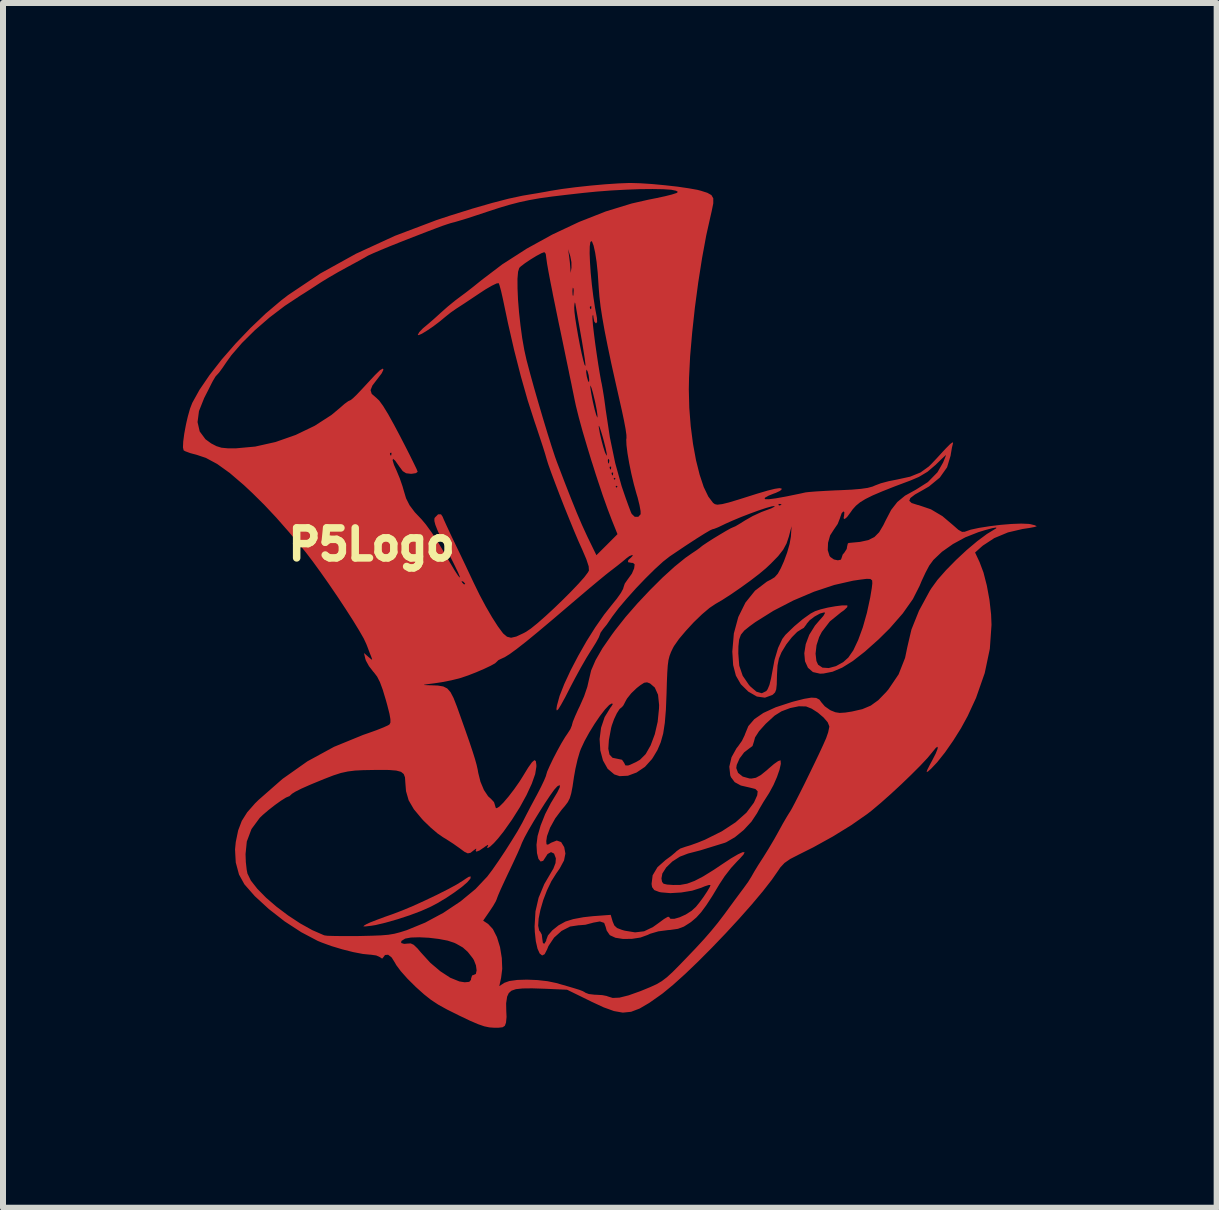
<source format=kicad_pcb>
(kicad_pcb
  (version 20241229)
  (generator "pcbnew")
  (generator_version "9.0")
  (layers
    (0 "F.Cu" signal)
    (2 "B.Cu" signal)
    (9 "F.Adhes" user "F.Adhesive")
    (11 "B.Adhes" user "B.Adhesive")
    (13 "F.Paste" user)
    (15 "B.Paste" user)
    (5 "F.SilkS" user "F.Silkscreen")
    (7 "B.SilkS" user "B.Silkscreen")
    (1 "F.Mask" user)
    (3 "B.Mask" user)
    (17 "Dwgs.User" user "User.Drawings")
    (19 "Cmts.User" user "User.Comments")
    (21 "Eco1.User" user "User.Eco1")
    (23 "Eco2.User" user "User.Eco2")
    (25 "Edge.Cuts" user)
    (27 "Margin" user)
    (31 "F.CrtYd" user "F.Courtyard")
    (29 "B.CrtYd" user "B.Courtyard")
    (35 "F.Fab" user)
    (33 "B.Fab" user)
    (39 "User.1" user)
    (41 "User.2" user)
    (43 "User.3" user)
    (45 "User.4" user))
  (footprint "P5Logo"
    (layer "F.Cu")
    (at 7.145 7.025)
    (property "Reference" "P5Logo" (at -4 -1 180) (layer "F.SilkS") (effects (font (size 0.5 0.5) (thickness 0.125))))
    (attr board_only exclude_from_pos_files exclude_from_bom)
    (fp_poly (pts (xy -2.348 4.535) (xy -2.354 4.572) (xy -2.407 4.633) (xy -2.499 4.712) (xy -2.62 4.801) (xy -2.759 4.894) (xy -2.908 4.983) (xy -3.029 5.046) (xy -3.181 5.113) (xy -3.368 5.183) (xy -3.57 5.249) (xy -3.766 5.305) (xy -3.934 5.345) (xy -4.008 5.357) (xy -4.102 5.368) (xy -4.138 5.367) (xy -4.124 5.352) (xy -4.09 5.332) (xy -4.026 5.302) (xy -3.916 5.259) (xy -3.776 5.207) (xy -3.656 5.165) (xy -3.498 5.105) (xy -3.313 5.028) (xy -3.115 4.938) (xy -2.918 4.844) (xy -2.735 4.752) (xy -2.582 4.669) (xy -2.471 4.6) (xy -2.444 4.581) (xy -2.384 4.542) (xy -2.349 4.535)) (stroke (width 0) (type solid)) (fill yes) (layer "F.Cu"))
    (fp_poly (pts (xy 0.481 -7.02) (xy 0.679 -7.007) (xy 0.89 -6.987) (xy 1.096 -6.964) (xy 1.281 -6.937) (xy 1.428 -6.911) (xy 1.486 -6.896) (xy 1.596 -6.861) (xy 1.664 -6.823) (xy 1.695 -6.769) (xy 1.695 -6.685) (xy 1.669 -6.557) (xy 1.653 -6.488) (xy 1.578 -6.153) (xy 1.508 -5.773) (xy 1.444 -5.365) (xy 1.388 -4.945) (xy 1.343 -4.53) (xy 1.309 -4.137) (xy 1.291 -3.78) (xy 1.287 -3.587) (xy 1.295 -3.276) (xy 1.319 -2.97) (xy 1.357 -2.676) (xy 1.407 -2.404) (xy 1.468 -2.161) (xy 1.536 -1.956) (xy 1.612 -1.798) (xy 1.691 -1.693) (xy 1.721 -1.671) (xy 1.762 -1.662) (xy 1.837 -1.671) (xy 1.84 -1.671) (xy 2.782 -1.671) (xy 2.786 -1.652) (xy 2.804 -1.649) (xy 2.831 -1.661) (xy 2.826 -1.671) (xy 2.787 -1.675) (xy 2.782 -1.671) (xy 1.84 -1.671) (xy 1.954 -1.699) (xy 2.12 -1.749) (xy 2.199 -1.774) (xy 2.427 -1.846) (xy 2.6 -1.897) (xy 2.721 -1.927) (xy 2.797 -1.938) (xy 2.832 -1.932) (xy 2.837 -1.921) (xy 2.809 -1.893) (xy 2.737 -1.859) (xy 2.703 -1.847) (xy 2.616 -1.812) (xy 2.558 -1.779) (xy 2.55 -1.771) (xy 2.56 -1.754) (xy 2.621 -1.753) (xy 2.737 -1.768) (xy 2.91 -1.799) (xy 3.143 -1.847) (xy 3.233 -1.867) (xy 3.295 -1.874) (xy 3.408 -1.883) (xy 3.559 -1.892) (xy 3.732 -1.901) (xy 3.794 -1.903) (xy 4.002 -1.913) (xy 4.156 -1.926) (xy 4.267 -1.942) (xy 4.349 -1.964) (xy 4.393 -1.983) (xy 4.488 -2.019) (xy 4.62 -2.054) (xy 4.756 -2.081) (xy 4.976 -2.129) (xy 5.149 -2.199) (xy 5.289 -2.3) (xy 5.338 -2.349) (xy 5.42 -2.436) (xy 5.518 -2.543) (xy 5.577 -2.606) (xy 5.644 -2.673) (xy 5.685 -2.703) (xy 5.692 -2.69) (xy 5.674 -2.617) (xy 5.656 -2.514) (xy 5.651 -2.48) (xy 5.592 -2.285) (xy 5.471 -2.114) (xy 5.291 -1.966) (xy 5.195 -1.91) (xy 5.057 -1.832) (xy 4.98 -1.773) (xy 4.962 -1.727) (xy 5.001 -1.69) (xy 5.098 -1.659) (xy 5.12 -1.654) (xy 5.323 -1.585) (xy 5.515 -1.471) (xy 5.692 -1.321) (xy 5.781 -1.243) (xy 5.842 -1.209) (xy 5.889 -1.211) (xy 5.895 -1.214) (xy 5.987 -1.246) (xy 6.128 -1.276) (xy 6.299 -1.303) (xy 6.485 -1.326) (xy 6.668 -1.341) (xy 6.829 -1.347) (xy 6.952 -1.342) (xy 6.979 -1.338) (xy 7.053 -1.32) (xy 7.086 -1.304) (xy 7.085 -1.302) (xy 7.048 -1.29) (xy 6.964 -1.274) (xy 6.851 -1.257) (xy 6.607 -1.2) (xy 6.379 -1.105) (xy 6.19 -0.981) (xy 6.171 -0.965) (xy 6.059 -0.865) (xy 6.134 -0.705) (xy 6.199 -0.532) (xy 6.255 -0.314) (xy 6.299 -0.074) (xy 6.326 0.168) (xy 6.333 0.34) (xy 6.305 0.74) (xy 6.22 1.144) (xy 6.075 1.559) (xy 5.935 1.862) (xy 5.824 2.065) (xy 5.694 2.272) (xy 5.558 2.467) (xy 5.426 2.633) (xy 5.327 2.738) (xy 5.273 2.786) (xy 5.251 2.795) (xy 5.261 2.76) (xy 5.303 2.677) (xy 5.343 2.603) (xy 5.403 2.486) (xy 5.434 2.407) (xy 5.436 2.373) (xy 5.408 2.388) (xy 5.351 2.457) (xy 5.348 2.461) (xy 5.266 2.56) (xy 5.144 2.69) (xy 4.994 2.84) (xy 4.827 3.001) (xy 4.654 3.161) (xy 4.486 3.31) (xy 4.335 3.437) (xy 4.259 3.496) (xy 3.995 3.68) (xy 3.688 3.869) (xy 3.361 4.05) (xy 3.117 4.172) (xy 2.977 4.244) (xy 2.882 4.31) (xy 2.813 4.384) (xy 2.783 4.429) (xy 2.671 4.59) (xy 2.519 4.785) (xy 2.334 5.005) (xy 2.125 5.241) (xy 1.901 5.484) (xy 1.671 5.724) (xy 1.442 5.954) (xy 1.225 6.162) (xy 1.026 6.341) (xy 0.856 6.481) (xy 0.825 6.504) (xy 0.629 6.642) (xy 0.467 6.737) (xy 0.325 6.791) (xy 0.187 6.805) (xy 0.04 6.779) (xy -0.132 6.717) (xy -0.343 6.619) (xy -0.346 6.617) (xy -0.742 6.423) (xy -1.111 6.407) (xy -1.326 6.4) (xy -1.485 6.402) (xy -1.596 6.414) (xy -1.669 6.439) (xy -1.714 6.479) (xy -1.74 6.535) (xy -1.742 6.541) (xy -1.758 6.649) (xy -1.756 6.766) (xy -1.756 6.77) (xy -1.751 6.877) (xy -1.76 6.97) (xy -1.762 6.977) (xy -1.78 7.025) (xy -1.817 7.049) (xy -1.889 7.057) (xy -1.955 7.057) (xy -2.037 7.051) (xy -2.123 7.033) (xy -2.227 6.997) (xy -2.362 6.939) (xy -2.54 6.854) (xy -2.556 6.846) (xy -2.745 6.752) (xy -2.891 6.671) (xy -3.012 6.591) (xy -3.127 6.5) (xy -3.254 6.386) (xy -3.268 6.373) (xy -3.403 6.239) (xy -3.514 6.114) (xy -3.59 6.012) (xy -3.611 5.974) (xy -3.666 5.886) (xy -3.725 5.84) (xy -3.777 5.844) (xy -3.803 5.88) (xy -3.825 5.905) (xy -3.862 5.88) (xy -3.923 5.852) (xy -4.014 5.839) (xy -4.025 5.839) (xy -4.145 5.827) (xy -4.307 5.796) (xy -4.489 5.75) (xy -4.672 5.695) (xy -4.812 5.644) (xy -3.508 5.644) (xy -3.458 5.659) (xy -3.404 5.654) (xy -3.349 5.651) (xy -3.299 5.674) (xy -3.237 5.733) (xy -3.176 5.805) (xy -3.021 5.975) (xy -2.854 6.116) (xy -2.69 6.223) (xy -2.538 6.285) (xy -2.449 6.299) (xy -2.373 6.292) (xy -2.344 6.259) (xy -2.342 6.235) (xy -2.325 6.185) (xy -2.301 6.177) (xy -2.263 6.16) (xy -2.25 6.101) (xy -2.261 6.018) (xy -2.295 5.93) (xy -2.315 5.898) (xy -2.398 5.792) (xy -2.48 5.719) (xy -2.589 5.657) (xy -2.623 5.641) (xy -2.732 5.605) (xy -2.879 5.577) (xy -3.044 5.557) (xy -3.206 5.549) (xy -3.345 5.553) (xy -3.441 5.571) (xy -3.441 5.571) (xy -3.504 5.61) (xy -3.508 5.644) (xy -4.812 5.644) (xy -4.836 5.635) (xy -4.899 5.609) (xy -5.172 5.465) (xy -5.45 5.284) (xy -5.714 5.078) (xy -5.948 4.863) (xy -6.121 4.666) (xy -6.211 4.503) (xy -6.265 4.302) (xy -6.273 4.163) (xy -6.102 4.163) (xy -6.097 4.296) (xy -6.083 4.421) (xy -6.07 4.487) (xy -6.013 4.604) (xy -5.906 4.74) (xy -5.761 4.888) (xy -5.586 5.039) (xy -5.392 5.185) (xy -5.19 5.318) (xy -4.989 5.43) (xy -4.801 5.512) (xy -4.783 5.518) (xy -4.734 5.524) (xy -4.632 5.527) (xy -4.489 5.529) (xy -4.317 5.529) (xy -4.206 5.528) (xy -3.999 5.523) (xy -3.843 5.517) (xy -3.722 5.507) (xy -3.621 5.49) (xy -3.525 5.465) (xy -3.417 5.431) (xy -3.414 5.43) (xy -3.107 5.304) (xy -3.048 5.272) (xy -2.141 5.272) (xy -2.058 5.327) (xy -1.979 5.412) (xy -1.911 5.546) (xy -1.86 5.712) (xy -1.83 5.895) (xy -1.823 6.076) (xy -1.842 6.225) (xy -1.872 6.363) (xy -1.788 6.308) (xy -1.704 6.278) (xy -1.572 6.26) (xy -1.411 6.255) (xy -1.237 6.262) (xy -1.068 6.281) (xy -0.924 6.311) (xy -0.746 6.362) (xy -0.621 6.399) (xy -0.537 6.425) (xy -0.485 6.445) (xy -0.454 6.461) (xy -0.437 6.473) (xy -0.379 6.495) (xy -0.286 6.506) (xy -0.255 6.507) (xy -0.155 6.513) (xy -0.079 6.528) (xy -0.066 6.534) (xy 0.018 6.56) (xy 0.131 6.555) (xy 0.283 6.517) (xy 0.482 6.446) (xy 0.509 6.435) (xy 0.645 6.379) (xy 0.75 6.331) (xy 0.838 6.279) (xy 0.922 6.215) (xy 1.017 6.128) (xy 1.135 6.009) (xy 1.22 5.921) (xy 1.398 5.735) (xy 1.541 5.58) (xy 1.66 5.443) (xy 1.769 5.31) (xy 1.879 5.166) (xy 1.966 5.047) (xy 2.054 4.927) (xy 2.14 4.811) (xy 2.206 4.723) (xy 2.21 4.717) (xy 2.277 4.624) (xy 2.331 4.537) (xy 2.341 4.519) (xy 2.38 4.451) (xy 2.442 4.349) (xy 2.516 4.234) (xy 2.524 4.222) (xy 2.614 4.077) (xy 2.712 3.912) (xy 2.787 3.777) (xy 2.854 3.655) (xy 2.918 3.545) (xy 2.964 3.47) (xy 2.969 3.464) (xy 3.002 3.408) (xy 3.057 3.304) (xy 3.128 3.165) (xy 3.21 3.002) (xy 3.296 2.826) (xy 3.381 2.651) (xy 3.459 2.488) (xy 3.524 2.348) (xy 3.57 2.244) (xy 3.576 2.231) (xy 3.61 2.132) (xy 3.628 2.046) (xy 3.629 2.032) (xy 3.602 1.965) (xy 3.533 1.885) (xy 3.438 1.804) (xy 3.335 1.738) (xy 3.242 1.701) (xy 3.122 1.698) (xy 2.977 1.728) (xy 2.833 1.782) (xy 2.719 1.853) (xy 2.569 1.99) (xy 2.457 2.115) (xy 2.391 2.218) (xy 2.375 2.279) (xy 2.349 2.361) (xy 2.293 2.402) (xy 2.209 2.467) (xy 2.134 2.567) (xy 2.086 2.675) (xy 2.078 2.728) (xy 2.108 2.808) (xy 2.186 2.87) (xy 2.296 2.901) (xy 2.33 2.903) (xy 2.405 2.89) (xy 2.487 2.845) (xy 2.592 2.76) (xy 2.617 2.737) (xy 2.706 2.661) (xy 2.776 2.612) (xy 2.815 2.599) (xy 2.817 2.601) (xy 2.821 2.658) (xy 2.799 2.756) (xy 2.756 2.879) (xy 2.699 3.01) (xy 2.633 3.132) (xy 2.611 3.168) (xy 2.535 3.287) (xy 2.464 3.407) (xy 2.425 3.48) (xy 2.331 3.622) (xy 2.201 3.762) (xy 2.054 3.882) (xy 1.912 3.964) (xy 1.887 3.974) (xy 1.479 4.1) (xy 1.274 4.153) (xy 1.138 4.205) (xy 1.012 4.286) (xy 0.911 4.384) (xy 0.846 4.486) (xy 0.831 4.568) (xy 0.841 4.625) (xy 0.866 4.656) (xy 0.924 4.67) (xy 1.025 4.677) (xy 1.144 4.676) (xy 1.259 4.655) (xy 1.383 4.609) (xy 1.527 4.534) (xy 1.703 4.425) (xy 1.828 4.341) (xy 1.988 4.235) (xy 2.108 4.165) (xy 2.185 4.13) (xy 2.217 4.131) (xy 2.2 4.168) (xy 2.134 4.242) (xy 2.095 4.281) (xy 1.992 4.393) (xy 1.884 4.532) (xy 1.798 4.663) (xy 1.677 4.864) (xy 1.578 5.016) (xy 1.493 5.131) (xy 1.414 5.218) (xy 1.332 5.288) (xy 1.309 5.305) (xy 1.205 5.371) (xy 1.106 5.408) (xy 0.981 5.426) (xy 0.941 5.429) (xy 0.78 5.45) (xy 0.643 5.49) (xy 0.603 5.509) (xy 0.482 5.553) (xy 0.339 5.575) (xy 0.192 5.577) (xy 0.064 5.557) (xy -0.025 5.516) (xy -0.033 5.509) (xy -0.082 5.437) (xy -0.099 5.376) (xy -0.124 5.309) (xy -0.195 5.285) (xy -0.306 5.305) (xy -0.326 5.311) (xy -0.437 5.34) (xy -0.545 5.349) (xy -0.552 5.349) (xy -0.693 5.37) (xy -0.834 5.443) (xy -0.959 5.555) (xy -1.052 5.694) (xy -1.075 5.751) (xy -1.116 5.831) (xy -1.158 5.852) (xy -1.199 5.819) (xy -1.235 5.739) (xy -1.263 5.617) (xy -1.28 5.46) (xy -1.284 5.36) (xy -1.283 5.356) (xy -1.224 5.356) (xy -1.207 5.437) (xy -1.188 5.459) (xy -1.164 5.504) (xy -1.155 5.579) (xy -1.145 5.644) (xy -1.122 5.658) (xy -1.122 5.657) (xy -1.091 5.609) (xy -1.089 5.592) (xy -1.061 5.518) (xy -0.988 5.433) (xy -0.886 5.351) (xy -0.77 5.287) (xy -0.768 5.286) (xy -0.639 5.246) (xy -0.468 5.214) (xy -0.312 5.197) (xy -0.015 5.175) (xy 0.017 5.284) (xy 0.045 5.351) (xy 0.09 5.394) (xy 0.174 5.426) (xy 0.22 5.439) (xy 0.392 5.467) (xy 0.542 5.449) (xy 0.69 5.378) (xy 0.789 5.307) (xy 0.873 5.245) (xy 0.934 5.209) (xy 0.957 5.209) (xy 0.957 5.209) (xy 0.981 5.241) (xy 1.046 5.241) (xy 1.136 5.215) (xy 1.237 5.169) (xy 1.334 5.107) (xy 1.405 5.042) (xy 1.465 4.968) (xy 1.532 4.877) (xy 1.593 4.785) (xy 1.636 4.712) (xy 1.649 4.678) (xy 1.622 4.677) (xy 1.553 4.699) (xy 1.493 4.724) (xy 1.343 4.772) (xy 1.163 4.802) (xy 0.98 4.813) (xy 0.824 4.8) (xy 0.792 4.793) (xy 0.711 4.762) (xy 0.675 4.713) (xy 0.666 4.66) (xy 0.684 4.516) (xy 0.765 4.38) (xy 0.901 4.26) (xy 0.991 4.194) (xy 1.062 4.134) (xy 1.085 4.112) (xy 1.145 4.07) (xy 1.231 4.04) (xy 1.314 4.015) (xy 1.431 3.973) (xy 1.56 3.921) (xy 1.567 3.917) (xy 1.838 3.782) (xy 2.067 3.632) (xy 2.247 3.472) (xy 2.369 3.309) (xy 2.378 3.292) (xy 2.427 3.183) (xy 2.435 3.116) (xy 2.397 3.077) (xy 2.31 3.055) (xy 2.154 3.019) (xy 2.052 2.963) (xy 1.991 2.882) (xy 1.978 2.851) (xy 1.962 2.705) (xy 1.999 2.548) (xy 2.082 2.398) (xy 2.108 2.366) (xy 2.173 2.274) (xy 2.218 2.181) (xy 2.224 2.163) (xy 2.279 2.029) (xy 2.38 1.912) (xy 2.53 1.809) (xy 2.735 1.715) (xy 3.001 1.628) (xy 3.04 1.617) (xy 3.21 1.574) (xy 3.33 1.554) (xy 3.411 1.559) (xy 3.465 1.588) (xy 3.496 1.631) (xy 3.554 1.699) (xy 3.642 1.761) (xy 3.658 1.769) (xy 3.731 1.798) (xy 3.802 1.809) (xy 3.895 1.803) (xy 4.005 1.786) (xy 4.18 1.746) (xy 4.32 1.687) (xy 4.446 1.596) (xy 4.576 1.462) (xy 4.615 1.416) (xy 4.784 1.166) (xy 4.892 0.892) (xy 4.93 0.709) (xy 4.998 0.419) (xy 5.124 0.105) (xy 5.304 -0.227) (xy 5.332 -0.271) (xy 5.433 -0.41) (xy 5.574 -0.57) (xy 5.741 -0.74) (xy 5.919 -0.906) (xy 6.095 -1.054) (xy 6.255 -1.173) (xy 6.35 -1.231) (xy 6.411 -1.268) (xy 6.412 -1.282) (xy 6.351 -1.272) (xy 6.228 -1.239) (xy 6.111 -1.203) (xy 5.896 -1.118) (xy 5.69 -1.006) (xy 5.507 -0.877) (xy 5.364 -0.741) (xy 5.295 -0.647) (xy 5.234 -0.532) (xy 5.169 -0.393) (xy 5.134 -0.309) (xy 5.022 -0.088) (xy 4.854 0.15) (xy 4.635 0.401) (xy 4.452 0.582) (xy 4.221 0.788) (xy 4.021 0.944) (xy 3.844 1.054) (xy 3.684 1.122) (xy 3.534 1.152) (xy 3.476 1.155) (xy 3.356 1.128) (xy 3.273 1.056) (xy 3.224 0.948) (xy 3.212 0.814) (xy 3.236 0.663) (xy 3.295 0.506) (xy 3.391 0.352) (xy 3.465 0.266) (xy 3.531 0.191) (xy 3.557 0.144) (xy 3.548 0.132) (xy 3.474 0.152) (xy 3.384 0.202) (xy 3.302 0.264) (xy 3.252 0.323) (xy 3.249 0.331) (xy 3.203 0.392) (xy 3.167 0.412) (xy 3.094 0.458) (xy 3.005 0.548) (xy 2.914 0.664) (xy 2.836 0.792) (xy 2.831 0.801) (xy 2.789 0.902) (xy 2.766 1.017) (xy 2.757 1.17) (xy 2.756 1.2) (xy 2.753 1.333) (xy 2.744 1.417) (xy 2.725 1.467) (xy 2.691 1.501) (xy 2.679 1.51) (xy 2.556 1.555) (xy 2.422 1.536) (xy 2.281 1.455) (xy 2.278 1.453) (xy 2.154 1.331) (xy 2.072 1.188) (xy 2.026 1.011) (xy 2.014 0.817) (xy 2.112 0.817) (xy 2.128 1.021) (xy 2.185 1.189) (xy 2.289 1.341) (xy 2.312 1.367) (xy 2.414 1.455) (xy 2.504 1.481) (xy 2.578 1.445) (xy 2.601 1.414) (xy 2.631 1.342) (xy 2.658 1.233) (xy 2.672 1.158) (xy 2.716 0.924) (xy 2.775 0.726) (xy 2.846 0.575) (xy 2.898 0.507) (xy 3.045 0.365) (xy 3.19 0.243) (xy 3.318 0.152) (xy 3.392 0.113) (xy 3.486 0.082) (xy 3.605 0.053) (xy 3.729 0.031) (xy 3.839 0.017) (xy 3.915 0.016) (xy 3.933 0.021) (xy 3.926 0.048) (xy 3.875 0.097) (xy 3.824 0.133) (xy 3.638 0.284) (xy 3.504 0.459) (xy 3.46 0.544) (xy 3.416 0.68) (xy 3.4 0.821) (xy 3.414 0.943) (xy 3.442 1.005) (xy 3.515 1.054) (xy 3.62 1.061) (xy 3.74 1.029) (xy 3.861 0.962) (xy 3.946 0.886) (xy 4.029 0.766) (xy 4.11 0.594) (xy 4.188 0.381) (xy 4.256 0.14) (xy 4.311 -0.115) (xy 4.337 -0.272) (xy 4.346 -0.351) (xy 4.343 -0.4) (xy 4.314 -0.424) (xy 4.25 -0.426) (xy 4.139 -0.412) (xy 4.024 -0.395) (xy 3.712 -0.324) (xy 3.375 -0.212) (xy 3.031 -0.066) (xy 2.698 0.106) (xy 2.395 0.296) (xy 2.303 0.363) (xy 2.212 0.436) (xy 2.156 0.504) (xy 2.126 0.585) (xy 2.114 0.698) (xy 2.112 0.817) (xy 2.014 0.817) (xy 2.012 0.787) (xy 2.012 0.787) (xy 2.038 0.484) (xy 2.112 0.21) (xy 2.231 -0.03) (xy 2.391 -0.229) (xy 2.589 -0.38) (xy 2.655 -0.414) (xy 2.718 -0.453) (xy 2.77 -0.511) (xy 2.821 -0.603) (xy 2.873 -0.72) (xy 2.926 -0.864) (xy 2.938 -0.905) (xy 3.603 -0.905) (xy 3.633 -0.808) (xy 3.647 -0.79) (xy 3.706 -0.749) (xy 3.772 -0.735) (xy 3.823 -0.746) (xy 3.836 -0.781) (xy 3.852 -0.831) (xy 3.877 -0.859) (xy 3.919 -0.924) (xy 3.925 -0.961) (xy 3.937 -1.013) (xy 3.95 -1.024) (xy 4.141 -1.042) (xy 4.279 -1.072) (xy 4.381 -1.123) (xy 4.46 -1.203) (xy 4.53 -1.321) (xy 4.566 -1.395) (xy 4.66 -1.575) (xy 4.763 -1.707) (xy 4.892 -1.813) (xy 5.066 -1.909) (xy 5.067 -1.909) (xy 5.272 -2.039) (xy 5.432 -2.202) (xy 5.525 -2.364) (xy 5.557 -2.441) (xy 5.574 -2.486) (xy 5.575 -2.49) (xy 5.553 -2.472) (xy 5.496 -2.419) (xy 5.416 -2.341) (xy 5.402 -2.327) (xy 5.266 -2.211) (xy 5.122 -2.125) (xy 4.981 -2.065) (xy 4.72 -1.967) (xy 4.513 -1.885) (xy 4.353 -1.817) (xy 4.232 -1.757) (xy 4.141 -1.701) (xy 4.073 -1.645) (xy 4.019 -1.585) (xy 3.983 -1.534) (xy 3.925 -1.456) (xy 3.884 -1.422) (xy 3.867 -1.436) (xy 3.876 -1.484) (xy 3.88 -1.537) (xy 3.864 -1.55) (xy 3.836 -1.522) (xy 3.811 -1.452) (xy 3.809 -1.443) (xy 3.769 -1.341) (xy 3.708 -1.252) (xy 3.643 -1.151) (xy 3.608 -1.027) (xy 3.603 -0.905) (xy 2.938 -0.905) (xy 2.967 -1.008) (xy 2.988 -1.126) (xy 2.989 -1.138) (xy 3 -1.303) (xy 2.955 -1.131) (xy 2.917 -1.017) (xy 2.861 -0.913) (xy 2.777 -0.805) (xy 2.655 -0.68) (xy 2.57 -0.6) (xy 2.46 -0.508) (xy 2.314 -0.396) (xy 2.149 -0.277) (xy 1.985 -0.164) (xy 1.837 -0.069) (xy 1.732 -0.008) (xy 1.632 0.059) (xy 1.507 0.165) (xy 1.371 0.296) (xy 1.24 0.438) (xy 1.125 0.574) (xy 1.042 0.692) (xy 1.023 0.726) (xy 0.99 0.795) (xy 0.966 0.858) (xy 0.948 0.929) (xy 0.936 1.019) (xy 0.928 1.139) (xy 0.921 1.304) (xy 0.916 1.484) (xy 0.905 1.757) (xy 0.887 1.975) (xy 0.86 2.152) (xy 0.819 2.299) (xy 0.764 2.428) (xy 0.69 2.552) (xy 0.672 2.579) (xy 0.556 2.708) (xy 0.417 2.802) (xy 0.272 2.856) (xy 0.133 2.863) (xy 0.045 2.834) (xy -0.066 2.74) (xy -0.144 2.601) (xy -0.189 2.432) (xy -0.19 2.406) (xy -0.055 2.406) (xy -0.035 2.503) (xy 0.016 2.557) (xy 0.094 2.573) (xy 0.174 2.59) (xy 0.208 2.639) (xy 0.23 2.684) (xy 0.276 2.685) (xy 0.31 2.673) (xy 0.407 2.628) (xy 0.473 2.59) (xy 0.568 2.495) (xy 0.651 2.349) (xy 0.72 2.164) (xy 0.768 1.956) (xy 0.79 1.738) (xy 0.792 1.678) (xy 0.774 1.506) (xy 0.72 1.386) (xy 0.641 1.318) (xy 0.591 1.299) (xy 0.543 1.306) (xy 0.479 1.347) (xy 0.418 1.395) (xy 0.328 1.481) (xy 0.257 1.57) (xy 0.232 1.615) (xy 0.197 1.683) (xy 0.17 1.715) (xy 0.168 1.715) (xy 0.133 1.744) (xy 0.087 1.816) (xy 0.041 1.913) (xy 0.004 2.016) (xy -0.008 2.06) (xy -0.045 2.26) (xy -0.055 2.406) (xy -0.19 2.406) (xy -0.2 2.246) (xy -0.176 2.057) (xy -0.116 1.878) (xy -0.021 1.723) (xy -0.008 1.707) (xy 0.019 1.664) (xy 0.008 1.649) (xy -0.04 1.677) (xy -0.11 1.751) (xy -0.194 1.86) (xy -0.284 1.992) (xy -0.372 2.135) (xy -0.451 2.278) (xy -0.511 2.407) (xy -0.529 2.454) (xy -0.567 2.583) (xy -0.603 2.741) (xy -0.627 2.875) (xy -0.651 3.037) (xy -0.673 3.15) (xy -0.697 3.231) (xy -0.73 3.296) (xy -0.779 3.361) (xy -0.829 3.419) (xy -0.939 3.566) (xy -1.025 3.721) (xy -1.077 3.863) (xy -1.089 3.945) (xy -1.085 3.999) (xy -1.061 4.005) (xy -1.006 3.972) (xy -0.914 3.936) (xy -0.841 3.962) (xy -0.79 4.046) (xy -0.77 4.153) (xy -0.793 4.268) (xy -0.865 4.402) (xy -0.924 4.487) (xy -1.004 4.614) (xy -1.077 4.766) (xy -1.139 4.928) (xy -1.186 5.089) (xy -1.216 5.236) (xy -1.224 5.356) (xy -1.283 5.356) (xy -1.269 5.117) (xy -1.217 4.89) (xy -1.122 4.662) (xy -0.977 4.415) (xy -0.971 4.405) (xy -0.935 4.312) (xy -0.929 4.233) (xy -0.959 4.154) (xy -1.01 4.129) (xy -1.067 4.161) (xy -1.094 4.203) (xy -1.141 4.275) (xy -1.184 4.286) (xy -1.22 4.241) (xy -1.244 4.145) (xy -1.252 4.008) (xy -1.234 3.862) (xy -1.183 3.685) (xy -1.107 3.494) (xy -1.013 3.312) (xy -0.979 3.256) (xy -0.905 3.133) (xy -0.865 3.051) (xy -0.861 3.014) (xy -0.894 3.025) (xy -0.91 3.038) (xy -0.957 3.09) (xy -1.027 3.188) (xy -1.113 3.317) (xy -1.206 3.464) (xy -1.299 3.616) (xy -1.384 3.761) (xy -1.451 3.884) (xy -1.494 3.974) (xy -1.502 3.994) (xy -1.524 4.05) (xy -1.569 4.152) (xy -1.631 4.286) (xy -1.703 4.439) (xy -1.719 4.472) (xy -1.79 4.623) (xy -1.85 4.753) (xy -1.892 4.851) (xy -1.912 4.904) (xy -1.913 4.909) (xy -1.931 4.951) (xy -1.976 5.029) (xy -2.027 5.106) (xy -2.141 5.272) (xy -3.048 5.272) (xy -2.804 5.141) (xy -2.519 4.951) (xy -2.269 4.745) (xy -2.072 4.536) (xy -1.989 4.426) (xy -1.886 4.278) (xy -1.774 4.11) (xy -1.665 3.938) (xy -1.569 3.782) (xy -1.498 3.656) (xy -1.485 3.632) (xy -1.426 3.516) (xy -1.349 3.368) (xy -1.267 3.215) (xy -1.241 3.167) (xy -1.176 3.041) (xy -1.125 2.934) (xy -1.095 2.861) (xy -1.09 2.841) (xy -1.074 2.787) (xy -1.032 2.692) (xy -0.974 2.571) (xy -0.906 2.44) (xy -0.837 2.315) (xy -0.775 2.212) (xy -0.738 2.158) (xy -0.687 2.079) (xy -0.661 2.015) (xy -0.66 2.006) (xy -0.646 1.956) (xy -0.608 1.863) (xy -0.555 1.745) (xy -0.53 1.694) (xy -0.459 1.533) (xy -0.405 1.375) (xy -0.377 1.252) (xy -0.341 1.1) (xy -0.267 0.929) (xy -0.152 0.73) (xy 0.009 0.498) (xy 0.06 0.429) (xy 0.234 0.209) (xy 0.431 -0.017) (xy 0.64 -0.239) (xy 0.849 -0.447) (xy 1.049 -0.629) (xy 1.229 -0.775) (xy 1.336 -0.85) (xy 1.417 -0.904) (xy 1.473 -0.945) (xy 1.484 -0.955) (xy 1.52 -0.983) (xy 1.596 -1.034) (xy 1.696 -1.098) (xy 1.805 -1.164) (xy 1.906 -1.224) (xy 1.985 -1.268) (xy 2.025 -1.286) (xy 2.026 -1.286) (xy 2.065 -1.303) (xy 2.14 -1.347) (xy 2.221 -1.398) (xy 2.352 -1.473) (xy 2.498 -1.54) (xy 2.573 -1.568) (xy 2.663 -1.601) (xy 2.714 -1.628) (xy 2.716 -1.64) (xy 2.67 -1.634) (xy 2.576 -1.608) (xy 2.45 -1.566) (xy 2.305 -1.513) (xy 2.155 -1.455) (xy 2.014 -1.396) (xy 1.895 -1.343) (xy 1.873 -1.332) (xy 1.779 -1.287) (xy 1.708 -1.259) (xy 1.685 -1.254) (xy 1.642 -1.235) (xy 1.55 -1.181) (xy 1.413 -1.095) (xy 1.235 -0.979) (xy 1.021 -0.835) (xy 0.969 -0.8) (xy 0.859 -0.714) (xy 0.721 -0.588) (xy 0.566 -0.435) (xy 0.406 -0.268) (xy 0.253 -0.097) (xy 0.117 0.063) (xy 0.012 0.202) (xy -0.019 0.247) (xy -0.08 0.336) (xy -0.14 0.41) (xy -0.14 0.41) (xy -0.184 0.472) (xy -0.198 0.511) (xy -0.215 0.554) (xy -0.26 0.636) (xy -0.325 0.741) (xy -0.345 0.771) (xy -0.421 0.894) (xy -0.513 1.054) (xy -0.608 1.228) (xy -0.679 1.363) (xy -0.773 1.547) (xy -0.843 1.674) (xy -0.888 1.747) (xy -0.913 1.769) (xy -0.92 1.745) (xy -0.911 1.686) (xy -0.867 1.525) (xy -0.788 1.325) (xy -0.682 1.097) (xy -0.556 0.856) (xy -0.417 0.612) (xy -0.271 0.38) (xy -0.125 0.171) (xy -0.000013 0.013) (xy 0.087 -0.095) (xy 0.155 -0.191) (xy 0.192 -0.26) (xy 0.197 -0.279) (xy 0.219 -0.346) (xy 0.272 -0.422) (xy 0.276 -0.427) (xy 0.338 -0.513) (xy 0.376 -0.602) (xy 0.384 -0.668) (xy 0.357 -0.691) (xy 0.33 -0.693) (xy 0.273 -0.704) (xy 0.277 -0.738) (xy 0.322 -0.779) (xy 0.353 -0.813) (xy 0.344 -0.824) (xy 0.295 -0.804) (xy 0.245 -0.767) (xy 0.187 -0.718) (xy 0.096 -0.645) (xy -0.009 -0.564) (xy -0.01 -0.564) (xy -0.096 -0.496) (xy -0.22 -0.394) (xy -0.37 -0.269) (xy -0.535 -0.129) (xy -0.702 0.013) (xy -0.987 0.256) (xy -1.226 0.457) (xy -1.422 0.618) (xy -1.578 0.74) (xy -1.697 0.827) (xy -1.782 0.88) (xy -1.822 0.898) (xy -1.887 0.929) (xy -1.913 0.955) (xy -1.942 0.982) (xy -2.018 1.024) (xy -2.128 1.076) (xy -2.256 1.131) (xy -2.389 1.183) (xy -2.512 1.225) (xy -2.543 1.234) (xy -2.674 1.266) (xy -2.832 1.297) (xy -2.952 1.315) (xy -3.07 1.33) (xy -3.126 1.339) (xy -3.124 1.344) (xy -3.067 1.347) (xy -3.012 1.348) (xy -2.894 1.353) (xy -2.806 1.368) (xy -2.74 1.401) (xy -2.685 1.463) (xy -2.634 1.561) (xy -2.577 1.707) (xy -2.531 1.836) (xy -2.44 2.092) (xy -2.369 2.295) (xy -2.316 2.454) (xy -2.277 2.578) (xy -2.25 2.675) (xy -2.232 2.755) (xy -2.223 2.808) (xy -2.186 2.956) (xy -2.128 3.094) (xy -2.058 3.199) (xy -2.011 3.241) (xy -1.96 3.296) (xy -1.946 3.34) (xy -1.932 3.389) (xy -1.916 3.398) (xy -1.873 3.372) (xy -1.803 3.303) (xy -1.717 3.202) (xy -1.625 3.082) (xy -1.536 2.955) (xy -1.478 2.863) (xy -1.39 2.719) (xy -1.327 2.631) (xy -1.286 2.596) (xy -1.263 2.612) (xy -1.254 2.676) (xy -1.254 2.706) (xy -1.274 2.829) (xy -1.331 2.99) (xy -1.418 3.178) (xy -1.53 3.382) (xy -1.66 3.588) (xy -1.801 3.787) (xy -1.892 3.901) (xy -1.963 3.98) (xy -2.023 4.036) (xy -2.064 4.062) (xy -2.075 4.053) (xy -2.057 4.017) (xy -2.062 4.008) (xy -2.106 4.035) (xy -2.125 4.05) (xy -2.204 4.103) (xy -2.254 4.122) (xy -2.266 4.104) (xy -2.256 4.082) (xy -2.258 4.07) (xy -2.298 4.099) (xy -2.298 4.099) (xy -2.352 4.141) (xy -2.398 4.15) (xy -2.454 4.123) (xy -2.535 4.063) (xy -2.64 3.989) (xy -2.762 3.91) (xy -2.806 3.884) (xy -2.9 3.819) (xy -3.015 3.721) (xy -3.131 3.609) (xy -3.16 3.578) (xy -3.296 3.415) (xy -3.383 3.266) (xy -3.427 3.113) (xy -3.439 2.961) (xy -3.444 2.883) (xy -3.465 2.828) (xy -3.51 2.791) (xy -3.589 2.77) (xy -3.712 2.76) (xy -3.888 2.759) (xy -3.972 2.76) (xy -4.142 2.763) (xy -4.279 2.77) (xy -4.397 2.785) (xy -4.512 2.81) (xy -4.639 2.851) (xy -4.791 2.91) (xy -4.986 2.99) (xy -5.047 3.016) (xy -5.171 3.071) (xy -5.27 3.121) (xy -5.328 3.157) (xy -5.338 3.167) (xy -5.373 3.199) (xy -5.38 3.2) (xy -5.428 3.22) (xy -5.511 3.272) (xy -5.613 3.345) (xy -5.719 3.428) (xy -5.814 3.509) (xy -5.866 3.559) (xy -6.003 3.745) (xy -6.081 3.953) (xy -6.102 4.163) (xy -6.273 4.163) (xy -6.277 4.083) (xy -6.265 3.961) (xy -6.225 3.767) (xy -6.165 3.609) (xy -6.075 3.466) (xy -5.944 3.317) (xy -5.885 3.259) (xy -5.486 2.909) (xy -5.071 2.616) (xy -4.627 2.374) (xy -4.141 2.175) (xy -4.057 2.146) (xy -3.92 2.097) (xy -3.804 2.051) (xy -3.725 2.015) (xy -3.702 2) (xy -3.687 1.97) (xy -3.687 1.914) (xy -3.703 1.823) (xy -3.738 1.685) (xy -3.762 1.598) (xy -3.815 1.422) (xy -3.862 1.295) (xy -3.909 1.203) (xy -3.964 1.131) (xy -3.973 1.122) (xy -4.044 1.03) (xy -4.095 0.938) (xy -4.105 0.908) (xy -4.128 0.81) (xy -4.054 0.875) (xy -4.003 0.918) (xy -3.991 0.918) (xy -4.006 0.874) (xy -4.034 0.804) (xy -4.072 0.703) (xy -4.089 0.66) (xy -4.132 0.568) (xy -4.209 0.434) (xy -4.311 0.267) (xy -4.433 0.077) (xy -4.567 -0.126) (xy -4.708 -0.333) (xy -4.745 -0.386) (xy -2.502 -0.386) (xy -2.494 -0.368) (xy -2.46 -0.333) (xy -2.441 -0.34) (xy -2.441 -0.344) (xy -2.464 -0.372) (xy -2.479 -0.383) (xy -2.502 -0.386) (xy -4.745 -0.386) (xy -4.848 -0.532) (xy -4.98 -0.714) (xy -5.099 -0.87) (xy -5.145 -0.926) (xy -5.38 -1.208) (xy -5.591 -1.448) (xy -5.789 -1.659) (xy -5.987 -1.855) (xy -6.13 -1.989) (xy -6.366 -2.191) (xy -6.575 -2.341) (xy -6.763 -2.442) (xy -6.918 -2.494) (xy -6.968 -2.507) (xy -3.695 -2.507) (xy -3.682 -2.48) (xy -3.673 -2.485) (xy -3.669 -2.524) (xy -3.673 -2.529) (xy -3.692 -2.524) (xy -3.695 -2.507) (xy -6.968 -2.507) (xy -7.024 -2.522) (xy -7.105 -2.552) (xy -7.134 -2.568) (xy -7.145 -2.617) (xy -7.141 -2.714) (xy -7.124 -2.843) (xy -7.097 -2.988) (xy -7.086 -3.039) (xy -6.902 -3.039) (xy -6.866 -2.883) (xy -6.77 -2.753) (xy -6.674 -2.683) (xy -6.587 -2.638) (xy -6.504 -2.612) (xy -6.4 -2.602) (xy -6.268 -2.601) (xy -5.941 -2.631) (xy -5.602 -2.707) (xy -5.266 -2.825) (xy -4.95 -2.977) (xy -4.672 -3.156) (xy -4.534 -3.271) (xy -4.454 -3.341) (xy -4.391 -3.387) (xy -4.367 -3.398) (xy -4.346 -3.408) (xy -4.308 -3.439) (xy -4.247 -3.498) (xy -4.158 -3.592) (xy -4.035 -3.725) (xy -3.943 -3.824) (xy -3.861 -3.904) (xy -3.813 -3.931) (xy -3.803 -3.912) (xy -3.833 -3.851) (xy -3.906 -3.755) (xy -3.987 -3.649) (xy -4.018 -3.572) (xy -3.999 -3.51) (xy -3.931 -3.451) (xy -3.926 -3.447) (xy -3.874 -3.398) (xy -3.808 -3.307) (xy -3.724 -3.17) (xy -3.619 -2.98) (xy -3.53 -2.812) (xy -3.438 -2.634) (xy -3.358 -2.476) (xy -3.294 -2.346) (xy -3.25 -2.255) (xy -3.233 -2.211) (xy -3.233 -2.21) (xy -3.262 -2.188) (xy -3.333 -2.177) (xy -3.348 -2.177) (xy -3.425 -2.186) (xy -3.481 -2.221) (xy -3.54 -2.3) (xy -3.548 -2.312) (xy -3.609 -2.398) (xy -3.644 -2.427) (xy -3.65 -2.401) (xy -3.627 -2.325) (xy -3.587 -2.236) (xy -3.532 -2.104) (xy -3.484 -1.965) (xy -3.466 -1.902) (xy -3.426 -1.768) (xy -3.368 -1.653) (xy -3.281 -1.537) (xy -3.167 -1.417) (xy -3.095 -1.331) (xy -3.002 -1.203) (xy -2.901 -1.049) (xy -2.803 -0.886) (xy -2.79 -0.863) (xy -2.69 -0.69) (xy -2.613 -0.561) (xy -2.559 -0.479) (xy -2.531 -0.446) (xy -2.531 -0.464) (xy -2.56 -0.534) (xy -2.62 -0.658) (xy -2.647 -0.713) (xy -2.76 -0.935) (xy -2.844 -1.107) (xy -2.902 -1.235) (xy -2.938 -1.327) (xy -2.954 -1.389) (xy -2.954 -1.43) (xy -2.947 -1.446) (xy -2.892 -1.502) (xy -2.843 -1.501) (xy -2.817 -1.462) (xy -2.795 -1.41) (xy -2.751 -1.313) (xy -2.691 -1.184) (xy -2.622 -1.039) (xy -2.534 -0.857) (xy -2.438 -0.656) (xy -2.349 -0.467) (xy -2.3 -0.363) (xy -2.203 -0.164) (xy -2.098 0.033) (xy -1.993 0.214) (xy -1.897 0.364) (xy -1.818 0.471) (xy -1.805 0.487) (xy -1.743 0.539) (xy -1.676 0.556) (xy -1.589 0.536) (xy -1.467 0.479) (xy -1.426 0.457) (xy -1.345 0.402) (xy -1.235 0.313) (xy -1.103 0.197) (xy -0.959 0.064) (xy -0.814 -0.076) (xy -0.675 -0.215) (xy -0.553 -0.343) (xy -0.456 -0.452) (xy -0.395 -0.533) (xy -0.378 -0.564) (xy -0.382 -0.634) (xy -0.421 -0.753) (xy -0.491 -0.917) (xy -0.551 -1.05) (xy -0.623 -1.22) (xy -0.703 -1.415) (xy -0.787 -1.623) (xy -0.869 -1.832) (xy -0.944 -2.029) (xy -1.009 -2.203) (xy -1.058 -2.341) (xy -1.086 -2.432) (xy -1.087 -2.436) (xy -1.108 -2.509) (xy -1.146 -2.63) (xy -1.197 -2.785) (xy -1.255 -2.96) (xy -1.284 -3.045) (xy -1.399 -3.402) (xy -1.514 -3.807) (xy -1.625 -4.241) (xy -1.727 -4.686) (xy -1.782 -4.948) (xy -1.814 -5.1) (xy -1.843 -5.227) (xy -1.868 -5.318) (xy -1.882 -5.355) (xy -1.918 -5.35) (xy -1.995 -5.313) (xy -2.102 -5.251) (xy -2.195 -5.19) (xy -2.327 -5.102) (xy -2.45 -5.02) (xy -2.547 -4.957) (xy -2.586 -4.932) (xy -2.682 -4.865) (xy -2.771 -4.794) (xy -2.771 -4.794) (xy -2.87 -4.712) (xy -2.976 -4.632) (xy -3.078 -4.563) (xy -3.162 -4.512) (xy -3.217 -4.488) (xy -3.231 -4.493) (xy -3.206 -4.539) (xy -3.146 -4.601) (xy -3.126 -4.618) (xy -3.047 -4.684) (xy -2.944 -4.774) (xy -2.846 -4.863) (xy -2.732 -4.964) (xy -2.612 -5.062) (xy -2.526 -5.127) (xy -2.426 -5.201) (xy -2.303 -5.297) (xy -2.184 -5.393) (xy -2.139 -5.428) (xy -1.569 -5.428) (xy -1.568 -5.268) (xy -1.56 -5.078) (xy -1.543 -4.869) (xy -1.519 -4.652) (xy -1.49 -4.438) (xy -1.455 -4.24) (xy -1.419 -4.078) (xy -1.359 -3.851) (xy -1.29 -3.602) (xy -1.215 -3.342) (xy -1.139 -3.085) (xy -1.066 -2.844) (xy -0.999 -2.631) (xy -0.943 -2.461) (xy -0.912 -2.375) (xy -0.784 -2.04) (xy -0.674 -1.759) (xy -0.579 -1.524) (xy -0.495 -1.328) (xy -0.419 -1.162) (xy -0.395 -1.111) (xy -0.253 -0.82) (xy -0.077 -0.995) (xy 0.098 -1.171) (xy 0.005 -1.402) (xy -0.067 -1.591) (xy -0.149 -1.821) (xy -0.196 -1.963) (xy 0.066 -1.963) (xy 0.082 -1.946) (xy 0.099 -1.963) (xy 0.082 -1.979) (xy 0.066 -1.963) (xy -0.196 -1.963) (xy -0.235 -2.079) (xy -0.24 -2.095) (xy 0.033 -2.095) (xy 0.049 -2.078) (xy 0.066 -2.095) (xy 0.049 -2.111) (xy 0.033 -2.095) (xy -0.24 -2.095) (xy -0.267 -2.177) (xy 0 -2.177) (xy 0.012 -2.15) (xy 0.022 -2.155) (xy 0.026 -2.194) (xy 0.022 -2.199) (xy 0.002 -2.195) (xy 0 -2.177) (xy -0.267 -2.177) (xy -0.298 -2.276) (xy -0.033 -2.276) (xy -0.021 -2.249) (xy -0.011 -2.254) (xy -0.007 -2.293) (xy -0.011 -2.298) (xy -0.031 -2.294) (xy -0.033 -2.276) (xy -0.298 -2.276) (xy -0.322 -2.352) (xy -0.336 -2.394) (xy -0.063 -2.394) (xy -0.057 -2.352) (xy -0.046 -2.351) (xy -0.038 -2.395) (xy -0.043 -2.414) (xy -0.058 -2.427) (xy -0.063 -2.394) (xy -0.336 -2.394) (xy -0.406 -2.624) (xy -0.483 -2.884) (xy -0.509 -2.978) (xy -0.215 -2.978) (xy -0.213 -2.952) (xy -0.195 -2.849) (xy -0.168 -2.734) (xy -0.139 -2.625) (xy -0.111 -2.537) (xy -0.088 -2.487) (xy -0.08 -2.482) (xy -0.082 -2.518) (xy -0.099 -2.603) (xy -0.129 -2.721) (xy -0.148 -2.791) (xy -0.181 -2.901) (xy -0.204 -2.966) (xy -0.215 -2.978) (xy -0.509 -2.978) (xy -0.547 -3.117) (xy -0.595 -3.31) (xy -0.614 -3.398) (xy -0.635 -3.502) (xy -0.665 -3.648) (xy -0.354 -3.648) (xy -0.354 -3.612) (xy -0.341 -3.528) (xy -0.319 -3.411) (xy -0.31 -3.368) (xy -0.282 -3.248) (xy -0.257 -3.16) (xy -0.24 -3.118) (xy -0.236 -3.117) (xy -0.236 -3.155) (xy -0.248 -3.24) (xy -0.271 -3.357) (xy -0.28 -3.398) (xy -0.309 -3.517) (xy -0.334 -3.605) (xy -0.351 -3.647) (xy -0.354 -3.648) (xy -0.665 -3.648) (xy -0.667 -3.66) (xy -0.709 -3.86) (xy -0.711 -3.873) (xy -0.424 -3.873) (xy -0.413 -3.798) (xy -0.412 -3.794) (xy -0.391 -3.72) (xy -0.376 -3.707) (xy -0.373 -3.749) (xy -0.383 -3.822) (xy -0.402 -3.889) (xy -0.418 -3.913) (xy -0.42 -3.912) (xy -0.424 -3.873) (xy -0.711 -3.873) (xy -0.757 -4.093) (xy -0.809 -4.346) (xy -0.864 -4.609) (xy -0.879 -4.679) (xy -0.931 -4.932) (xy -0.934 -4.948) (xy -0.623 -4.948) (xy -0.619 -4.875) (xy -0.605 -4.763) (xy -0.583 -4.624) (xy -0.557 -4.473) (xy -0.528 -4.321) (xy -0.499 -4.182) (xy -0.472 -4.069) (xy -0.451 -3.994) (xy -0.437 -3.972) (xy -0.437 -3.972) (xy -0.437 -4.008) (xy -0.448 -4.097) (xy -0.468 -4.227) (xy -0.494 -4.386) (xy -0.507 -4.459) (xy -0.538 -4.635) (xy -0.566 -4.793) (xy -0.588 -4.919) (xy -0.593 -4.948) (xy -0.363 -4.948) (xy -0.351 -4.921) (xy -0.341 -4.926) (xy -0.337 -4.965) (xy -0.341 -4.97) (xy -0.36 -4.966) (xy -0.363 -4.948) (xy -0.593 -4.948) (xy -0.602 -4.999) (xy -0.604 -5.014) (xy -0.613 -5.035) (xy -0.62 -4.997) (xy -0.623 -4.948) (xy -0.934 -4.948) (xy -0.979 -5.167) (xy -0.987 -5.212) (xy -0.652 -5.212) (xy -0.649 -5.152) (xy -0.64 -5.145) (xy -0.637 -5.154) (xy -0.632 -5.238) (xy -0.637 -5.27) (xy -0.647 -5.28) (xy -0.652 -5.234) (xy -0.652 -5.212) (xy -0.987 -5.212) (xy -1.02 -5.376) (xy -1.053 -5.551) (xy -1.076 -5.682) (xy -1.087 -5.761) (xy -1.089 -5.776) (xy -1.098 -5.844) (xy -1.121 -5.872) (xy -1.17 -5.854) (xy -1.254 -5.809) (xy -1.352 -5.749) (xy -1.446 -5.686) (xy -1.516 -5.632) (xy -1.539 -5.609) (xy -1.559 -5.545) (xy -1.569 -5.428) (xy -2.139 -5.428) (xy -1.823 -5.668) (xy -1.429 -5.921) (xy -0.725 -5.921) (xy -0.709 -5.81) (xy -0.696 -5.703) (xy -0.688 -5.612) (xy -0.683 -5.525) (xy -0.669 -5.613) (xy -0.67 -5.706) (xy -0.69 -5.809) (xy -0.691 -5.81) (xy -0.704 -5.852) (xy -0.366 -5.852) (xy -0.36 -5.7) (xy -0.348 -5.523) (xy -0.329 -5.331) (xy -0.305 -5.134) (xy -0.276 -4.942) (xy -0.244 -4.775) (xy -0.241 -4.706) (xy -0.261 -4.684) (xy -0.288 -4.713) (xy -0.301 -4.775) (xy -0.307 -4.823) (xy -0.318 -4.813) (xy -0.319 -4.81) (xy -0.319 -4.76) (xy -0.311 -4.658) (xy -0.295 -4.519) (xy -0.274 -4.354) (xy -0.249 -4.178) (xy -0.223 -4.005) (xy -0.197 -3.847) (xy -0.174 -3.718) (xy -0.165 -3.678) (xy -0.148 -3.584) (xy -0.126 -3.449) (xy -0.105 -3.297) (xy -0.099 -3.249) (xy -0.029 -2.786) (xy 0.06 -2.357) (xy 0.166 -1.975) (xy 0.187 -1.913) (xy 0.237 -1.767) (xy 0.283 -1.64) (xy 0.318 -1.547) (xy 0.335 -1.509) (xy 0.386 -1.46) (xy 0.445 -1.46) (xy 0.484 -1.503) (xy 0.483 -1.556) (xy 0.465 -1.655) (xy 0.434 -1.781) (xy 0.415 -1.843) (xy 0.371 -2.003) (xy 0.329 -2.179) (xy 0.293 -2.355) (xy 0.265 -2.519) (xy 0.248 -2.654) (xy 0.244 -2.747) (xy 0.248 -2.773) (xy 0.247 -2.823) (xy 0.233 -2.924) (xy 0.207 -3.062) (xy 0.173 -3.224) (xy 0.163 -3.268) (xy 0.072 -3.671) (xy -0.005 -4.016) (xy -0.067 -4.312) (xy -0.117 -4.564) (xy -0.155 -4.78) (xy -0.184 -4.967) (xy -0.203 -5.131) (xy -0.215 -5.28) (xy -0.218 -5.327) (xy -0.231 -5.525) (xy -0.25 -5.707) (xy -0.274 -5.863) (xy -0.3 -5.98) (xy -0.326 -6.047) (xy -0.335 -6.056) (xy -0.354 -6.04) (xy -0.364 -5.968) (xy -0.366 -5.852) (xy -0.704 -5.852) (xy -0.725 -5.921) (xy -1.429 -5.921) (xy -1.419 -5.928) (xy -0.987 -6.166) (xy -0.541 -6.376) (xy -0.096 -6.551) (xy 0.335 -6.683) (xy 0.607 -6.745) (xy 0.752 -6.774) (xy 0.891 -6.804) (xy 0.995 -6.83) (xy 1.006 -6.833) (xy 1.084 -6.858) (xy 1.105 -6.876) (xy 1.077 -6.894) (xy 1.072 -6.896) (xy 0.994 -6.912) (xy 0.86 -6.921) (xy 0.683 -6.924) (xy 0.472 -6.922) (xy 0.238 -6.913) (xy -0.007 -6.9) (xy -0.253 -6.881) (xy -0.465 -6.86) (xy -0.758 -6.827) (xy -0.999 -6.798) (xy -1.2 -6.77) (xy -1.375 -6.739) (xy -1.538 -6.704) (xy -1.7 -6.662) (xy -1.875 -6.61) (xy -2.077 -6.544) (xy -2.252 -6.486) (xy -2.391 -6.44) (xy -2.523 -6.4) (xy -2.621 -6.371) (xy -2.631 -6.369) (xy -2.684 -6.355) (xy -2.743 -6.336) (xy -2.82 -6.31) (xy -2.924 -6.271) (xy -3.064 -6.218) (xy -3.252 -6.145) (xy -3.348 -6.108) (xy -3.526 -6.038) (xy -3.696 -5.97) (xy -3.848 -5.907) (xy -3.97 -5.855) (xy -4.05 -5.819) (xy -4.074 -5.806) (xy -4.116 -5.781) (xy -4.201 -5.734) (xy -4.317 -5.671) (xy -4.404 -5.624) (xy -4.555 -5.541) (xy -4.707 -5.453) (xy -4.835 -5.375) (xy -4.878 -5.347) (xy -4.999 -5.268) (xy -5.122 -5.189) (xy -5.191 -5.146) (xy -5.448 -4.976) (xy -5.704 -4.781) (xy -5.946 -4.571) (xy -6.161 -4.358) (xy -6.337 -4.155) (xy -6.419 -4.041) (xy -6.486 -3.942) (xy -6.541 -3.867) (xy -6.572 -3.832) (xy -6.573 -3.832) (xy -6.603 -3.798) (xy -6.646 -3.726) (xy -6.664 -3.692) (xy -6.724 -3.572) (xy -6.787 -3.449) (xy -6.794 -3.434) (xy -6.878 -3.223) (xy -6.902 -3.039) (xy -7.086 -3.039) (xy -7.064 -3.133) (xy -7.027 -3.264) (xy -6.99 -3.36) (xy -6.869 -3.578) (xy -6.702 -3.823) (xy -6.499 -4.083) (xy -6.269 -4.347) (xy -6.021 -4.606) (xy -5.766 -4.849) (xy -5.511 -5.065) (xy -5.394 -5.155) (xy -4.856 -5.516) (xy -4.26 -5.846) (xy -3.612 -6.144) (xy -2.914 -6.408) (xy -2.702 -6.478) (xy -2.321 -6.597) (xy -1.995 -6.691) (xy -1.718 -6.763) (xy -1.485 -6.813) (xy -1.385 -6.83) (xy -1.239 -6.854) (xy -1.08 -6.882) (xy -1.023 -6.893) (xy -0.832 -6.924) (xy -0.602 -6.954) (xy -0.353 -6.981) (xy -0.107 -7.003) (xy 0.118 -7.018) (xy 0.299 -7.025) (xy 0.313 -7.025)) (stroke (width 0) (type solid)) (fill yes) (layer "F.Cu"))
    (fp_poly (pts (xy -2.348 4.535) (xy -2.354 4.572) (xy -2.407 4.633) (xy -2.499 4.712) (xy -2.62 4.801) (xy -2.759 4.894) (xy -2.908 4.983) (xy -3.029 5.046) (xy -3.181 5.113) (xy -3.368 5.183) (xy -3.57 5.249) (xy -3.766 5.305) (xy -3.934 5.345) (xy -4.008 5.357) (xy -4.102 5.368) (xy -4.138 5.367) (xy -4.124 5.352) (xy -4.09 5.332) (xy -4.026 5.302) (xy -3.916 5.259) (xy -3.776 5.207) (xy -3.656 5.165) (xy -3.498 5.105) (xy -3.313 5.028) (xy -3.115 4.938) (xy -2.918 4.844) (xy -2.735 4.752) (xy -2.582 4.669) (xy -2.471 4.6) (xy -2.444 4.581) (xy -2.384 4.542) (xy -2.349 4.535)) (stroke (width 0) (type solid)) (fill yes) (layer "F.Mask"))
    (fp_poly (pts (xy 0.481 -7.02) (xy 0.679 -7.007) (xy 0.89 -6.987) (xy 1.096 -6.964) (xy 1.281 -6.937) (xy 1.428 -6.911) (xy 1.486 -6.896) (xy 1.596 -6.861) (xy 1.664 -6.823) (xy 1.695 -6.769) (xy 1.695 -6.685) (xy 1.669 -6.557) (xy 1.653 -6.488) (xy 1.578 -6.153) (xy 1.508 -5.773) (xy 1.444 -5.365) (xy 1.388 -4.945) (xy 1.343 -4.53) (xy 1.309 -4.137) (xy 1.291 -3.78) (xy 1.287 -3.587) (xy 1.295 -3.276) (xy 1.319 -2.97) (xy 1.357 -2.676) (xy 1.407 -2.404) (xy 1.468 -2.161) (xy 1.536 -1.956) (xy 1.612 -1.798) (xy 1.691 -1.693) (xy 1.721 -1.671) (xy 1.762 -1.662) (xy 1.837 -1.671) (xy 1.84 -1.671) (xy 2.782 -1.671) (xy 2.786 -1.652) (xy 2.804 -1.649) (xy 2.831 -1.661) (xy 2.826 -1.671) (xy 2.787 -1.675) (xy 2.782 -1.671) (xy 1.84 -1.671) (xy 1.954 -1.699) (xy 2.12 -1.749) (xy 2.199 -1.774) (xy 2.427 -1.846) (xy 2.6 -1.897) (xy 2.721 -1.927) (xy 2.797 -1.938) (xy 2.832 -1.932) (xy 2.837 -1.921) (xy 2.809 -1.893) (xy 2.737 -1.859) (xy 2.703 -1.847) (xy 2.616 -1.812) (xy 2.558 -1.779) (xy 2.55 -1.771) (xy 2.56 -1.754) (xy 2.621 -1.753) (xy 2.737 -1.768) (xy 2.91 -1.799) (xy 3.143 -1.847) (xy 3.233 -1.867) (xy 3.295 -1.874) (xy 3.408 -1.883) (xy 3.559 -1.892) (xy 3.732 -1.901) (xy 3.794 -1.903) (xy 4.002 -1.913) (xy 4.156 -1.926) (xy 4.267 -1.942) (xy 4.349 -1.964) (xy 4.393 -1.983) (xy 4.488 -2.019) (xy 4.62 -2.054) (xy 4.756 -2.081) (xy 4.976 -2.129) (xy 5.149 -2.199) (xy 5.289 -2.3) (xy 5.338 -2.349) (xy 5.42 -2.436) (xy 5.518 -2.543) (xy 5.577 -2.606) (xy 5.644 -2.673) (xy 5.685 -2.703) (xy 5.692 -2.69) (xy 5.674 -2.617) (xy 5.656 -2.514) (xy 5.651 -2.48) (xy 5.592 -2.285) (xy 5.471 -2.114) (xy 5.291 -1.966) (xy 5.195 -1.91) (xy 5.057 -1.832) (xy 4.98 -1.773) (xy 4.962 -1.727) (xy 5.001 -1.69) (xy 5.098 -1.659) (xy 5.12 -1.654) (xy 5.323 -1.585) (xy 5.515 -1.471) (xy 5.692 -1.321) (xy 5.781 -1.243) (xy 5.842 -1.209) (xy 5.889 -1.211) (xy 5.895 -1.214) (xy 5.987 -1.246) (xy 6.128 -1.276) (xy 6.299 -1.303) (xy 6.485 -1.326) (xy 6.668 -1.341) (xy 6.829 -1.347) (xy 6.952 -1.342) (xy 6.979 -1.338) (xy 7.053 -1.32) (xy 7.086 -1.304) (xy 7.085 -1.302) (xy 7.048 -1.29) (xy 6.964 -1.274) (xy 6.851 -1.257) (xy 6.607 -1.2) (xy 6.379 -1.105) (xy 6.19 -0.981) (xy 6.171 -0.965) (xy 6.059 -0.865) (xy 6.134 -0.705) (xy 6.199 -0.532) (xy 6.255 -0.314) (xy 6.299 -0.074) (xy 6.326 0.168) (xy 6.333 0.34) (xy 6.305 0.74) (xy 6.22 1.144) (xy 6.075 1.559) (xy 5.935 1.862) (xy 5.824 2.065) (xy 5.694 2.272) (xy 5.558 2.467) (xy 5.426 2.633) (xy 5.327 2.738) (xy 5.273 2.786) (xy 5.251 2.795) (xy 5.261 2.76) (xy 5.303 2.677) (xy 5.343 2.603) (xy 5.403 2.486) (xy 5.434 2.407) (xy 5.436 2.373) (xy 5.408 2.388) (xy 5.351 2.457) (xy 5.348 2.461) (xy 5.266 2.56) (xy 5.144 2.69) (xy 4.994 2.84) (xy 4.827 3.001) (xy 4.654 3.161) (xy 4.486 3.31) (xy 4.335 3.437) (xy 4.259 3.496) (xy 3.995 3.68) (xy 3.688 3.869) (xy 3.361 4.05) (xy 3.117 4.172) (xy 2.977 4.244) (xy 2.882 4.31) (xy 2.813 4.384) (xy 2.783 4.429) (xy 2.671 4.59) (xy 2.519 4.785) (xy 2.334 5.005) (xy 2.125 5.241) (xy 1.901 5.484) (xy 1.671 5.724) (xy 1.442 5.954) (xy 1.225 6.162) (xy 1.026 6.341) (xy 0.856 6.481) (xy 0.825 6.504) (xy 0.629 6.642) (xy 0.467 6.737) (xy 0.325 6.791) (xy 0.187 6.805) (xy 0.04 6.779) (xy -0.132 6.717) (xy -0.343 6.619) (xy -0.346 6.617) (xy -0.742 6.423) (xy -1.111 6.407) (xy -1.326 6.4) (xy -1.485 6.402) (xy -1.596 6.414) (xy -1.669 6.439) (xy -1.714 6.479) (xy -1.74 6.535) (xy -1.742 6.541) (xy -1.758 6.649) (xy -1.756 6.766) (xy -1.756 6.77) (xy -1.751 6.877) (xy -1.76 6.97) (xy -1.762 6.977) (xy -1.78 7.025) (xy -1.817 7.049) (xy -1.889 7.057) (xy -1.955 7.057) (xy -2.037 7.051) (xy -2.123 7.033) (xy -2.227 6.997) (xy -2.362 6.939) (xy -2.54 6.854) (xy -2.556 6.846) (xy -2.745 6.752) (xy -2.891 6.671) (xy -3.012 6.591) (xy -3.127 6.5) (xy -3.254 6.386) (xy -3.268 6.373) (xy -3.403 6.239) (xy -3.514 6.114) (xy -3.59 6.012) (xy -3.611 5.974) (xy -3.666 5.886) (xy -3.725 5.84) (xy -3.777 5.844) (xy -3.803 5.88) (xy -3.825 5.905) (xy -3.862 5.88) (xy -3.923 5.852) (xy -4.014 5.839) (xy -4.025 5.839) (xy -4.145 5.827) (xy -4.307 5.796) (xy -4.489 5.75) (xy -4.672 5.695) (xy -4.812 5.644) (xy -3.508 5.644) (xy -3.458 5.659) (xy -3.404 5.654) (xy -3.349 5.651) (xy -3.299 5.674) (xy -3.237 5.733) (xy -3.176 5.805) (xy -3.021 5.975) (xy -2.854 6.116) (xy -2.69 6.223) (xy -2.538 6.285) (xy -2.449 6.299) (xy -2.373 6.292) (xy -2.344 6.259) (xy -2.342 6.235) (xy -2.325 6.185) (xy -2.301 6.177) (xy -2.263 6.16) (xy -2.25 6.101) (xy -2.261 6.018) (xy -2.295 5.93) (xy -2.315 5.898) (xy -2.398 5.792) (xy -2.48 5.719) (xy -2.589 5.657) (xy -2.623 5.641) (xy -2.732 5.605) (xy -2.879 5.577) (xy -3.044 5.557) (xy -3.206 5.549) (xy -3.345 5.553) (xy -3.441 5.571) (xy -3.441 5.571) (xy -3.504 5.61) (xy -3.508 5.644) (xy -4.812 5.644) (xy -4.836 5.635) (xy -4.899 5.609) (xy -5.172 5.465) (xy -5.45 5.284) (xy -5.714 5.078) (xy -5.948 4.863) (xy -6.121 4.666) (xy -6.211 4.503) (xy -6.265 4.302) (xy -6.273 4.163) (xy -6.102 4.163) (xy -6.097 4.296) (xy -6.083 4.421) (xy -6.07 4.487) (xy -6.013 4.604) (xy -5.906 4.74) (xy -5.761 4.888) (xy -5.586 5.039) (xy -5.392 5.185) (xy -5.19 5.318) (xy -4.989 5.43) (xy -4.801 5.512) (xy -4.783 5.518) (xy -4.734 5.524) (xy -4.632 5.527) (xy -4.489 5.529) (xy -4.317 5.529) (xy -4.206 5.528) (xy -3.999 5.523) (xy -3.843 5.517) (xy -3.722 5.507) (xy -3.621 5.49) (xy -3.525 5.465) (xy -3.417 5.431) (xy -3.414 5.43) (xy -3.107 5.304) (xy -3.048 5.272) (xy -2.141 5.272) (xy -2.058 5.327) (xy -1.979 5.412) (xy -1.911 5.546) (xy -1.86 5.712) (xy -1.83 5.895) (xy -1.823 6.076) (xy -1.842 6.225) (xy -1.872 6.363) (xy -1.788 6.308) (xy -1.704 6.278) (xy -1.572 6.26) (xy -1.411 6.255) (xy -1.237 6.262) (xy -1.068 6.281) (xy -0.924 6.311) (xy -0.746 6.362) (xy -0.621 6.399) (xy -0.537 6.425) (xy -0.485 6.445) (xy -0.454 6.461) (xy -0.437 6.473) (xy -0.379 6.495) (xy -0.286 6.506) (xy -0.255 6.507) (xy -0.155 6.513) (xy -0.079 6.528) (xy -0.066 6.534) (xy 0.018 6.56) (xy 0.131 6.555) (xy 0.283 6.517) (xy 0.482 6.446) (xy 0.509 6.435) (xy 0.645 6.379) (xy 0.75 6.331) (xy 0.838 6.279) (xy 0.922 6.215) (xy 1.017 6.128) (xy 1.135 6.009) (xy 1.22 5.921) (xy 1.398 5.735) (xy 1.541 5.58) (xy 1.66 5.443) (xy 1.769 5.31) (xy 1.879 5.166) (xy 1.966 5.047) (xy 2.054 4.927) (xy 2.14 4.811) (xy 2.206 4.723) (xy 2.21 4.717) (xy 2.277 4.624) (xy 2.331 4.537) (xy 2.341 4.519) (xy 2.38 4.451) (xy 2.442 4.349) (xy 2.516 4.234) (xy 2.524 4.222) (xy 2.614 4.077) (xy 2.712 3.912) (xy 2.787 3.777) (xy 2.854 3.655) (xy 2.918 3.545) (xy 2.964 3.47) (xy 2.969 3.464) (xy 3.002 3.408) (xy 3.057 3.304) (xy 3.128 3.165) (xy 3.21 3.002) (xy 3.296 2.826) (xy 3.381 2.651) (xy 3.459 2.488) (xy 3.524 2.348) (xy 3.57 2.244) (xy 3.576 2.231) (xy 3.61 2.132) (xy 3.628 2.046) (xy 3.629 2.032) (xy 3.602 1.965) (xy 3.533 1.885) (xy 3.438 1.804) (xy 3.335 1.738) (xy 3.242 1.701) (xy 3.122 1.698) (xy 2.977 1.728) (xy 2.833 1.782) (xy 2.719 1.853) (xy 2.569 1.99) (xy 2.457 2.115) (xy 2.391 2.218) (xy 2.375 2.279) (xy 2.349 2.361) (xy 2.293 2.402) (xy 2.209 2.467) (xy 2.134 2.567) (xy 2.086 2.675) (xy 2.078 2.728) (xy 2.108 2.808) (xy 2.186 2.87) (xy 2.296 2.901) (xy 2.33 2.903) (xy 2.405 2.89) (xy 2.487 2.845) (xy 2.592 2.76) (xy 2.617 2.737) (xy 2.706 2.661) (xy 2.776 2.612) (xy 2.815 2.599) (xy 2.817 2.601) (xy 2.821 2.658) (xy 2.799 2.756) (xy 2.756 2.879) (xy 2.699 3.01) (xy 2.633 3.132) (xy 2.611 3.168) (xy 2.535 3.287) (xy 2.464 3.407) (xy 2.425 3.48) (xy 2.331 3.622) (xy 2.201 3.762) (xy 2.054 3.882) (xy 1.912 3.964) (xy 1.887 3.974) (xy 1.479 4.1) (xy 1.274 4.153) (xy 1.138 4.205) (xy 1.012 4.286) (xy 0.911 4.384) (xy 0.846 4.486) (xy 0.831 4.568) (xy 0.841 4.625) (xy 0.866 4.656) (xy 0.924 4.67) (xy 1.025 4.677) (xy 1.144 4.676) (xy 1.259 4.655) (xy 1.383 4.609) (xy 1.527 4.534) (xy 1.703 4.425) (xy 1.828 4.341) (xy 1.988 4.235) (xy 2.108 4.165) (xy 2.185 4.13) (xy 2.217 4.131) (xy 2.2 4.168) (xy 2.134 4.242) (xy 2.095 4.281) (xy 1.992 4.393) (xy 1.884 4.532) (xy 1.798 4.663) (xy 1.677 4.864) (xy 1.578 5.016) (xy 1.493 5.131) (xy 1.414 5.218) (xy 1.332 5.288) (xy 1.309 5.305) (xy 1.205 5.371) (xy 1.106 5.408) (xy 0.981 5.426) (xy 0.941 5.429) (xy 0.78 5.45) (xy 0.643 5.49) (xy 0.603 5.509) (xy 0.482 5.553) (xy 0.339 5.575) (xy 0.192 5.577) (xy 0.064 5.557) (xy -0.025 5.516) (xy -0.033 5.509) (xy -0.082 5.437) (xy -0.099 5.376) (xy -0.124 5.309) (xy -0.195 5.285) (xy -0.306 5.305) (xy -0.326 5.311) (xy -0.437 5.34) (xy -0.545 5.349) (xy -0.552 5.349) (xy -0.693 5.37) (xy -0.834 5.443) (xy -0.959 5.555) (xy -1.052 5.694) (xy -1.075 5.751) (xy -1.116 5.831) (xy -1.158 5.852) (xy -1.199 5.819) (xy -1.235 5.739) (xy -1.263 5.617) (xy -1.28 5.46) (xy -1.284 5.36) (xy -1.283 5.356) (xy -1.224 5.356) (xy -1.207 5.437) (xy -1.188 5.459) (xy -1.164 5.504) (xy -1.155 5.579) (xy -1.145 5.644) (xy -1.122 5.658) (xy -1.122 5.657) (xy -1.091 5.609) (xy -1.089 5.592) (xy -1.061 5.518) (xy -0.988 5.433) (xy -0.886 5.351) (xy -0.77 5.287) (xy -0.768 5.286) (xy -0.639 5.246) (xy -0.468 5.214) (xy -0.312 5.197) (xy -0.015 5.175) (xy 0.017 5.284) (xy 0.045 5.351) (xy 0.09 5.394) (xy 0.174 5.426) (xy 0.22 5.439) (xy 0.392 5.467) (xy 0.542 5.449) (xy 0.69 5.378) (xy 0.789 5.307) (xy 0.873 5.245) (xy 0.934 5.209) (xy 0.957 5.209) (xy 0.957 5.209) (xy 0.981 5.241) (xy 1.046 5.241) (xy 1.136 5.215) (xy 1.237 5.169) (xy 1.334 5.107) (xy 1.405 5.042) (xy 1.465 4.968) (xy 1.532 4.877) (xy 1.593 4.785) (xy 1.636 4.712) (xy 1.649 4.678) (xy 1.622 4.677) (xy 1.553 4.699) (xy 1.493 4.724) (xy 1.343 4.772) (xy 1.163 4.802) (xy 0.98 4.813) (xy 0.824 4.8) (xy 0.792 4.793) (xy 0.711 4.762) (xy 0.675 4.713) (xy 0.666 4.66) (xy 0.684 4.516) (xy 0.765 4.38) (xy 0.901 4.26) (xy 0.991 4.194) (xy 1.062 4.134) (xy 1.085 4.112) (xy 1.145 4.07) (xy 1.231 4.04) (xy 1.314 4.015) (xy 1.431 3.973) (xy 1.56 3.921) (xy 1.567 3.917) (xy 1.838 3.782) (xy 2.067 3.632) (xy 2.247 3.472) (xy 2.369 3.309) (xy 2.378 3.292) (xy 2.427 3.183) (xy 2.435 3.116) (xy 2.397 3.077) (xy 2.31 3.055) (xy 2.154 3.019) (xy 2.052 2.963) (xy 1.991 2.882) (xy 1.978 2.851) (xy 1.962 2.705) (xy 1.999 2.548) (xy 2.082 2.398) (xy 2.108 2.366) (xy 2.173 2.274) (xy 2.218 2.181) (xy 2.224 2.163) (xy 2.279 2.029) (xy 2.38 1.912) (xy 2.53 1.809) (xy 2.735 1.715) (xy 3.001 1.628) (xy 3.04 1.617) (xy 3.21 1.574) (xy 3.33 1.554) (xy 3.411 1.559) (xy 3.465 1.588) (xy 3.496 1.631) (xy 3.554 1.699) (xy 3.642 1.761) (xy 3.658 1.769) (xy 3.731 1.798) (xy 3.802 1.809) (xy 3.895 1.803) (xy 4.005 1.786) (xy 4.18 1.746) (xy 4.32 1.687) (xy 4.446 1.596) (xy 4.576 1.462) (xy 4.615 1.416) (xy 4.784 1.166) (xy 4.892 0.892) (xy 4.93 0.709) (xy 4.998 0.419) (xy 5.124 0.105) (xy 5.304 -0.227) (xy 5.332 -0.271) (xy 5.433 -0.41) (xy 5.574 -0.57) (xy 5.741 -0.74) (xy 5.919 -0.906) (xy 6.095 -1.054) (xy 6.255 -1.173) (xy 6.35 -1.231) (xy 6.411 -1.268) (xy 6.412 -1.282) (xy 6.351 -1.272) (xy 6.228 -1.239) (xy 6.111 -1.203) (xy 5.896 -1.118) (xy 5.69 -1.006) (xy 5.507 -0.877) (xy 5.364 -0.741) (xy 5.295 -0.647) (xy 5.234 -0.532) (xy 5.169 -0.393) (xy 5.134 -0.309) (xy 5.022 -0.088) (xy 4.854 0.15) (xy 4.635 0.401) (xy 4.452 0.582) (xy 4.221 0.788) (xy 4.021 0.944) (xy 3.844 1.054) (xy 3.684 1.122) (xy 3.534 1.152) (xy 3.476 1.155) (xy 3.356 1.128) (xy 3.273 1.056) (xy 3.224 0.948) (xy 3.212 0.814) (xy 3.236 0.663) (xy 3.295 0.506) (xy 3.391 0.352) (xy 3.465 0.266) (xy 3.531 0.191) (xy 3.557 0.144) (xy 3.548 0.132) (xy 3.474 0.152) (xy 3.384 0.202) (xy 3.302 0.264) (xy 3.252 0.323) (xy 3.249 0.331) (xy 3.203 0.392) (xy 3.167 0.412) (xy 3.094 0.458) (xy 3.005 0.548) (xy 2.914 0.664) (xy 2.836 0.792) (xy 2.831 0.801) (xy 2.789 0.902) (xy 2.766 1.017) (xy 2.757 1.17) (xy 2.756 1.2) (xy 2.753 1.333) (xy 2.744 1.417) (xy 2.725 1.467) (xy 2.691 1.501) (xy 2.679 1.51) (xy 2.556 1.555) (xy 2.422 1.536) (xy 2.281 1.455) (xy 2.278 1.453) (xy 2.154 1.331) (xy 2.072 1.188) (xy 2.026 1.011) (xy 2.014 0.817) (xy 2.112 0.817) (xy 2.128 1.021) (xy 2.185 1.189) (xy 2.289 1.341) (xy 2.312 1.367) (xy 2.414 1.455) (xy 2.504 1.481) (xy 2.578 1.445) (xy 2.601 1.414) (xy 2.631 1.342) (xy 2.658 1.233) (xy 2.672 1.158) (xy 2.716 0.924) (xy 2.775 0.726) (xy 2.846 0.575) (xy 2.898 0.507) (xy 3.045 0.365) (xy 3.19 0.243) (xy 3.318 0.152) (xy 3.392 0.113) (xy 3.486 0.082) (xy 3.605 0.053) (xy 3.729 0.031) (xy 3.839 0.017) (xy 3.915 0.016) (xy 3.933 0.021) (xy 3.926 0.048) (xy 3.875 0.097) (xy 3.824 0.133) (xy 3.638 0.284) (xy 3.504 0.459) (xy 3.46 0.544) (xy 3.416 0.68) (xy 3.4 0.821) (xy 3.414 0.943) (xy 3.442 1.005) (xy 3.515 1.054) (xy 3.62 1.061) (xy 3.74 1.029) (xy 3.861 0.962) (xy 3.946 0.886) (xy 4.029 0.766) (xy 4.11 0.594) (xy 4.188 0.381) (xy 4.256 0.14) (xy 4.311 -0.115) (xy 4.337 -0.272) (xy 4.346 -0.351) (xy 4.343 -0.4) (xy 4.314 -0.424) (xy 4.25 -0.426) (xy 4.139 -0.412) (xy 4.024 -0.395) (xy 3.712 -0.324) (xy 3.375 -0.212) (xy 3.031 -0.066) (xy 2.698 0.106) (xy 2.395 0.296) (xy 2.303 0.363) (xy 2.212 0.436) (xy 2.156 0.504) (xy 2.126 0.585) (xy 2.114 0.698) (xy 2.112 0.817) (xy 2.014 0.817) (xy 2.012 0.787) (xy 2.012 0.787) (xy 2.038 0.484) (xy 2.112 0.21) (xy 2.231 -0.03) (xy 2.391 -0.229) (xy 2.589 -0.38) (xy 2.655 -0.414) (xy 2.718 -0.453) (xy 2.77 -0.511) (xy 2.821 -0.603) (xy 2.873 -0.72) (xy 2.926 -0.864) (xy 2.938 -0.905) (xy 3.603 -0.905) (xy 3.633 -0.808) (xy 3.647 -0.79) (xy 3.706 -0.749) (xy 3.772 -0.735) (xy 3.823 -0.746) (xy 3.836 -0.781) (xy 3.852 -0.831) (xy 3.877 -0.859) (xy 3.919 -0.924) (xy 3.925 -0.961) (xy 3.937 -1.013) (xy 3.95 -1.024) (xy 4.141 -1.042) (xy 4.279 -1.072) (xy 4.381 -1.123) (xy 4.46 -1.203) (xy 4.53 -1.321) (xy 4.566 -1.395) (xy 4.66 -1.575) (xy 4.763 -1.707) (xy 4.892 -1.813) (xy 5.066 -1.909) (xy 5.067 -1.909) (xy 5.272 -2.039) (xy 5.432 -2.202) (xy 5.525 -2.364) (xy 5.557 -2.441) (xy 5.574 -2.486) (xy 5.575 -2.49) (xy 5.553 -2.472) (xy 5.496 -2.419) (xy 5.416 -2.341) (xy 5.402 -2.327) (xy 5.266 -2.211) (xy 5.122 -2.125) (xy 4.981 -2.065) (xy 4.72 -1.967) (xy 4.513 -1.885) (xy 4.353 -1.817) (xy 4.232 -1.757) (xy 4.141 -1.701) (xy 4.073 -1.645) (xy 4.019 -1.585) (xy 3.983 -1.534) (xy 3.925 -1.456) (xy 3.884 -1.422) (xy 3.867 -1.436) (xy 3.876 -1.484) (xy 3.88 -1.537) (xy 3.864 -1.55) (xy 3.836 -1.522) (xy 3.811 -1.452) (xy 3.809 -1.443) (xy 3.769 -1.341) (xy 3.708 -1.252) (xy 3.643 -1.151) (xy 3.608 -1.027) (xy 3.603 -0.905) (xy 2.938 -0.905) (xy 2.967 -1.008) (xy 2.988 -1.126) (xy 2.989 -1.138) (xy 3 -1.303) (xy 2.955 -1.131) (xy 2.917 -1.017) (xy 2.861 -0.913) (xy 2.777 -0.805) (xy 2.655 -0.68) (xy 2.57 -0.6) (xy 2.46 -0.508) (xy 2.314 -0.396) (xy 2.149 -0.277) (xy 1.985 -0.164) (xy 1.837 -0.069) (xy 1.732 -0.008) (xy 1.632 0.059) (xy 1.507 0.165) (xy 1.371 0.296) (xy 1.24 0.438) (xy 1.125 0.574) (xy 1.042 0.692) (xy 1.023 0.726) (xy 0.99 0.795) (xy 0.966 0.858) (xy 0.948 0.929) (xy 0.936 1.019) (xy 0.928 1.139) (xy 0.921 1.304) (xy 0.916 1.484) (xy 0.905 1.757) (xy 0.887 1.975) (xy 0.86 2.152) (xy 0.819 2.299) (xy 0.764 2.428) (xy 0.69 2.552) (xy 0.672 2.579) (xy 0.556 2.708) (xy 0.417 2.802) (xy 0.272 2.856) (xy 0.133 2.863) (xy 0.045 2.834) (xy -0.066 2.74) (xy -0.144 2.601) (xy -0.189 2.432) (xy -0.19 2.406) (xy -0.055 2.406) (xy -0.035 2.503) (xy 0.016 2.557) (xy 0.094 2.573) (xy 0.174 2.59) (xy 0.208 2.639) (xy 0.23 2.684) (xy 0.276 2.685) (xy 0.31 2.673) (xy 0.407 2.628) (xy 0.473 2.59) (xy 0.568 2.495) (xy 0.651 2.349) (xy 0.72 2.164) (xy 0.768 1.956) (xy 0.79 1.738) (xy 0.792 1.678) (xy 0.774 1.506) (xy 0.72 1.386) (xy 0.641 1.318) (xy 0.591 1.299) (xy 0.543 1.306) (xy 0.479 1.347) (xy 0.418 1.395) (xy 0.328 1.481) (xy 0.257 1.57) (xy 0.232 1.615) (xy 0.197 1.683) (xy 0.17 1.715) (xy 0.168 1.715) (xy 0.133 1.744) (xy 0.087 1.816) (xy 0.041 1.913) (xy 0.004 2.016) (xy -0.008 2.06) (xy -0.045 2.26) (xy -0.055 2.406) (xy -0.19 2.406) (xy -0.2 2.246) (xy -0.176 2.057) (xy -0.116 1.878) (xy -0.021 1.723) (xy -0.008 1.707) (xy 0.019 1.664) (xy 0.008 1.649) (xy -0.04 1.677) (xy -0.11 1.751) (xy -0.194 1.86) (xy -0.284 1.992) (xy -0.372 2.135) (xy -0.451 2.278) (xy -0.511 2.407) (xy -0.529 2.454) (xy -0.567 2.583) (xy -0.603 2.741) (xy -0.627 2.875) (xy -0.651 3.037) (xy -0.673 3.15) (xy -0.697 3.231) (xy -0.73 3.296) (xy -0.779 3.361) (xy -0.829 3.419) (xy -0.939 3.566) (xy -1.025 3.721) (xy -1.077 3.863) (xy -1.089 3.945) (xy -1.085 3.999) (xy -1.061 4.005) (xy -1.006 3.972) (xy -0.914 3.936) (xy -0.841 3.962) (xy -0.79 4.046) (xy -0.77 4.153) (xy -0.793 4.268) (xy -0.865 4.402) (xy -0.924 4.487) (xy -1.004 4.614) (xy -1.077 4.766) (xy -1.139 4.928) (xy -1.186 5.089) (xy -1.216 5.236) (xy -1.224 5.356) (xy -1.283 5.356) (xy -1.269 5.117) (xy -1.217 4.89) (xy -1.122 4.662) (xy -0.977 4.415) (xy -0.971 4.405) (xy -0.935 4.312) (xy -0.929 4.233) (xy -0.959 4.154) (xy -1.01 4.129) (xy -1.067 4.161) (xy -1.094 4.203) (xy -1.141 4.275) (xy -1.184 4.286) (xy -1.22 4.241) (xy -1.244 4.145) (xy -1.252 4.008) (xy -1.234 3.862) (xy -1.183 3.685) (xy -1.107 3.494) (xy -1.013 3.312) (xy -0.979 3.256) (xy -0.905 3.133) (xy -0.865 3.051) (xy -0.861 3.014) (xy -0.894 3.025) (xy -0.91 3.038) (xy -0.957 3.09) (xy -1.027 3.188) (xy -1.113 3.317) (xy -1.206 3.464) (xy -1.299 3.616) (xy -1.384 3.761) (xy -1.451 3.884) (xy -1.494 3.974) (xy -1.502 3.994) (xy -1.524 4.05) (xy -1.569 4.152) (xy -1.631 4.286) (xy -1.703 4.439) (xy -1.719 4.472) (xy -1.79 4.623) (xy -1.85 4.753) (xy -1.892 4.851) (xy -1.912 4.904) (xy -1.913 4.909) (xy -1.931 4.951) (xy -1.976 5.029) (xy -2.027 5.106) (xy -2.141 5.272) (xy -3.048 5.272) (xy -2.804 5.141) (xy -2.519 4.951) (xy -2.269 4.745) (xy -2.072 4.536) (xy -1.989 4.426) (xy -1.886 4.278) (xy -1.774 4.11) (xy -1.665 3.938) (xy -1.569 3.782) (xy -1.498 3.656) (xy -1.485 3.632) (xy -1.426 3.516) (xy -1.349 3.368) (xy -1.267 3.215) (xy -1.241 3.167) (xy -1.176 3.041) (xy -1.125 2.934) (xy -1.095 2.861) (xy -1.09 2.841) (xy -1.074 2.787) (xy -1.032 2.692) (xy -0.974 2.571) (xy -0.906 2.44) (xy -0.837 2.315) (xy -0.775 2.212) (xy -0.738 2.158) (xy -0.687 2.079) (xy -0.661 2.015) (xy -0.66 2.006) (xy -0.646 1.956) (xy -0.608 1.863) (xy -0.555 1.745) (xy -0.53 1.694) (xy -0.459 1.533) (xy -0.405 1.375) (xy -0.377 1.252) (xy -0.341 1.1) (xy -0.267 0.929) (xy -0.152 0.73) (xy 0.009 0.498) (xy 0.06 0.429) (xy 0.234 0.209) (xy 0.431 -0.017) (xy 0.64 -0.239) (xy 0.849 -0.447) (xy 1.049 -0.629) (xy 1.229 -0.775) (xy 1.336 -0.85) (xy 1.417 -0.904) (xy 1.473 -0.945) (xy 1.484 -0.955) (xy 1.52 -0.983) (xy 1.596 -1.034) (xy 1.696 -1.098) (xy 1.805 -1.164) (xy 1.906 -1.224) (xy 1.985 -1.268) (xy 2.025 -1.286) (xy 2.026 -1.286) (xy 2.065 -1.303) (xy 2.14 -1.347) (xy 2.221 -1.398) (xy 2.352 -1.473) (xy 2.498 -1.54) (xy 2.573 -1.568) (xy 2.663 -1.601) (xy 2.714 -1.628) (xy 2.716 -1.64) (xy 2.67 -1.634) (xy 2.576 -1.608) (xy 2.45 -1.566) (xy 2.305 -1.513) (xy 2.155 -1.455) (xy 2.014 -1.396) (xy 1.895 -1.343) (xy 1.873 -1.332) (xy 1.779 -1.287) (xy 1.708 -1.259) (xy 1.685 -1.254) (xy 1.642 -1.235) (xy 1.55 -1.181) (xy 1.413 -1.095) (xy 1.235 -0.979) (xy 1.021 -0.835) (xy 0.969 -0.8) (xy 0.859 -0.714) (xy 0.721 -0.588) (xy 0.566 -0.435) (xy 0.406 -0.268) (xy 0.253 -0.097) (xy 0.117 0.063) (xy 0.012 0.202) (xy -0.019 0.247) (xy -0.08 0.336) (xy -0.14 0.41) (xy -0.14 0.41) (xy -0.184 0.472) (xy -0.198 0.511) (xy -0.215 0.554) (xy -0.26 0.636) (xy -0.325 0.741) (xy -0.345 0.771) (xy -0.421 0.894) (xy -0.513 1.054) (xy -0.608 1.228) (xy -0.679 1.363) (xy -0.773 1.547) (xy -0.843 1.674) (xy -0.888 1.747) (xy -0.913 1.769) (xy -0.92 1.745) (xy -0.911 1.686) (xy -0.867 1.525) (xy -0.788 1.325) (xy -0.682 1.097) (xy -0.556 0.856) (xy -0.417 0.612) (xy -0.271 0.38) (xy -0.125 0.171) (xy -0.000013 0.013) (xy 0.087 -0.095) (xy 0.155 -0.191) (xy 0.192 -0.26) (xy 0.197 -0.279) (xy 0.219 -0.346) (xy 0.272 -0.422) (xy 0.276 -0.427) (xy 0.338 -0.513) (xy 0.376 -0.602) (xy 0.384 -0.668) (xy 0.357 -0.691) (xy 0.33 -0.693) (xy 0.273 -0.704) (xy 0.277 -0.738) (xy 0.322 -0.779) (xy 0.353 -0.813) (xy 0.344 -0.824) (xy 0.295 -0.804) (xy 0.245 -0.767) (xy 0.187 -0.718) (xy 0.096 -0.645) (xy -0.009 -0.564) (xy -0.01 -0.564) (xy -0.096 -0.496) (xy -0.22 -0.394) (xy -0.37 -0.269) (xy -0.535 -0.129) (xy -0.702 0.013) (xy -0.987 0.256) (xy -1.226 0.457) (xy -1.422 0.618) (xy -1.578 0.74) (xy -1.697 0.827) (xy -1.782 0.88) (xy -1.822 0.898) (xy -1.887 0.929) (xy -1.913 0.955) (xy -1.942 0.982) (xy -2.018 1.024) (xy -2.128 1.076) (xy -2.256 1.131) (xy -2.389 1.183) (xy -2.512 1.225) (xy -2.543 1.234) (xy -2.674 1.266) (xy -2.832 1.297) (xy -2.952 1.315) (xy -3.07 1.33) (xy -3.126 1.339) (xy -3.124 1.344) (xy -3.067 1.347) (xy -3.012 1.348) (xy -2.894 1.353) (xy -2.806 1.368) (xy -2.74 1.401) (xy -2.685 1.463) (xy -2.634 1.561) (xy -2.577 1.707) (xy -2.531 1.836) (xy -2.44 2.092) (xy -2.369 2.295) (xy -2.316 2.454) (xy -2.277 2.578) (xy -2.25 2.675) (xy -2.232 2.755) (xy -2.223 2.808) (xy -2.186 2.956) (xy -2.128 3.094) (xy -2.058 3.199) (xy -2.011 3.241) (xy -1.96 3.296) (xy -1.946 3.34) (xy -1.932 3.389) (xy -1.916 3.398) (xy -1.873 3.372) (xy -1.803 3.303) (xy -1.717 3.202) (xy -1.625 3.082) (xy -1.536 2.955) (xy -1.478 2.863) (xy -1.39 2.719) (xy -1.327 2.631) (xy -1.286 2.596) (xy -1.263 2.612) (xy -1.254 2.676) (xy -1.254 2.706) (xy -1.274 2.829) (xy -1.331 2.99) (xy -1.418 3.178) (xy -1.53 3.382) (xy -1.66 3.588) (xy -1.801 3.787) (xy -1.892 3.901) (xy -1.963 3.98) (xy -2.023 4.036) (xy -2.064 4.062) (xy -2.075 4.053) (xy -2.057 4.017) (xy -2.062 4.008) (xy -2.106 4.035) (xy -2.125 4.05) (xy -2.204 4.103) (xy -2.254 4.122) (xy -2.266 4.104) (xy -2.256 4.082) (xy -2.258 4.07) (xy -2.298 4.099) (xy -2.298 4.099) (xy -2.352 4.141) (xy -2.398 4.15) (xy -2.454 4.123) (xy -2.535 4.063) (xy -2.64 3.989) (xy -2.762 3.91) (xy -2.806 3.884) (xy -2.9 3.819) (xy -3.015 3.721) (xy -3.131 3.609) (xy -3.16 3.578) (xy -3.296 3.415) (xy -3.383 3.266) (xy -3.427 3.113) (xy -3.439 2.961) (xy -3.444 2.883) (xy -3.465 2.828) (xy -3.51 2.791) (xy -3.589 2.77) (xy -3.712 2.76) (xy -3.888 2.759) (xy -3.972 2.76) (xy -4.142 2.763) (xy -4.279 2.77) (xy -4.397 2.785) (xy -4.512 2.81) (xy -4.639 2.851) (xy -4.791 2.91) (xy -4.986 2.99) (xy -5.047 3.016) (xy -5.171 3.071) (xy -5.27 3.121) (xy -5.328 3.157) (xy -5.338 3.167) (xy -5.373 3.199) (xy -5.38 3.2) (xy -5.428 3.22) (xy -5.511 3.272) (xy -5.613 3.345) (xy -5.719 3.428) (xy -5.814 3.509) (xy -5.866 3.559) (xy -6.003 3.745) (xy -6.081 3.953) (xy -6.102 4.163) (xy -6.273 4.163) (xy -6.277 4.083) (xy -6.265 3.961) (xy -6.225 3.767) (xy -6.165 3.609) (xy -6.075 3.466) (xy -5.944 3.317) (xy -5.885 3.259) (xy -5.486 2.909) (xy -5.071 2.616) (xy -4.627 2.374) (xy -4.141 2.175) (xy -4.057 2.146) (xy -3.92 2.097) (xy -3.804 2.051) (xy -3.725 2.015) (xy -3.702 2) (xy -3.687 1.97) (xy -3.687 1.914) (xy -3.703 1.823) (xy -3.738 1.685) (xy -3.762 1.598) (xy -3.815 1.422) (xy -3.862 1.295) (xy -3.909 1.203) (xy -3.964 1.131) (xy -3.973 1.122) (xy -4.044 1.03) (xy -4.095 0.938) (xy -4.105 0.908) (xy -4.128 0.81) (xy -4.054 0.875) (xy -4.003 0.918) (xy -3.991 0.918) (xy -4.006 0.874) (xy -4.034 0.804) (xy -4.072 0.703) (xy -4.089 0.66) (xy -4.132 0.568) (xy -4.209 0.434) (xy -4.311 0.267) (xy -4.433 0.077) (xy -4.567 -0.126) (xy -4.708 -0.333) (xy -4.745 -0.386) (xy -2.502 -0.386) (xy -2.494 -0.368) (xy -2.46 -0.333) (xy -2.441 -0.34) (xy -2.441 -0.344) (xy -2.464 -0.372) (xy -2.479 -0.383) (xy -2.502 -0.386) (xy -4.745 -0.386) (xy -4.848 -0.532) (xy -4.98 -0.714) (xy -5.099 -0.87) (xy -5.145 -0.926) (xy -5.38 -1.208) (xy -5.591 -1.448) (xy -5.789 -1.659) (xy -5.987 -1.855) (xy -6.13 -1.989) (xy -6.366 -2.191) (xy -6.575 -2.341) (xy -6.763 -2.442) (xy -6.918 -2.494) (xy -6.968 -2.507) (xy -3.695 -2.507) (xy -3.682 -2.48) (xy -3.673 -2.485) (xy -3.669 -2.524) (xy -3.673 -2.529) (xy -3.692 -2.524) (xy -3.695 -2.507) (xy -6.968 -2.507) (xy -7.024 -2.522) (xy -7.105 -2.552) (xy -7.134 -2.568) (xy -7.145 -2.617) (xy -7.141 -2.714) (xy -7.124 -2.843) (xy -7.097 -2.988) (xy -7.086 -3.039) (xy -6.902 -3.039) (xy -6.866 -2.883) (xy -6.77 -2.753) (xy -6.674 -2.683) (xy -6.587 -2.638) (xy -6.504 -2.612) (xy -6.4 -2.602) (xy -6.268 -2.601) (xy -5.941 -2.631) (xy -5.602 -2.707) (xy -5.266 -2.825) (xy -4.95 -2.977) (xy -4.672 -3.156) (xy -4.534 -3.271) (xy -4.454 -3.341) (xy -4.391 -3.387) (xy -4.367 -3.398) (xy -4.346 -3.408) (xy -4.308 -3.439) (xy -4.247 -3.498) (xy -4.158 -3.592) (xy -4.035 -3.725) (xy -3.943 -3.824) (xy -3.861 -3.904) (xy -3.813 -3.931) (xy -3.803 -3.912) (xy -3.833 -3.851) (xy -3.906 -3.755) (xy -3.987 -3.649) (xy -4.018 -3.572) (xy -3.999 -3.51) (xy -3.931 -3.451) (xy -3.926 -3.447) (xy -3.874 -3.398) (xy -3.808 -3.307) (xy -3.724 -3.17) (xy -3.619 -2.98) (xy -3.53 -2.812) (xy -3.438 -2.634) (xy -3.358 -2.476) (xy -3.294 -2.346) (xy -3.25 -2.255) (xy -3.233 -2.211) (xy -3.233 -2.21) (xy -3.262 -2.188) (xy -3.333 -2.177) (xy -3.348 -2.177) (xy -3.425 -2.186) (xy -3.481 -2.221) (xy -3.54 -2.3) (xy -3.548 -2.312) (xy -3.609 -2.398) (xy -3.644 -2.427) (xy -3.65 -2.401) (xy -3.627 -2.325) (xy -3.587 -2.236) (xy -3.532 -2.104) (xy -3.484 -1.965) (xy -3.466 -1.902) (xy -3.426 -1.768) (xy -3.368 -1.653) (xy -3.281 -1.537) (xy -3.167 -1.417) (xy -3.095 -1.331) (xy -3.002 -1.203) (xy -2.901 -1.049) (xy -2.803 -0.886) (xy -2.79 -0.863) (xy -2.69 -0.69) (xy -2.613 -0.561) (xy -2.559 -0.479) (xy -2.531 -0.446) (xy -2.531 -0.464) (xy -2.56 -0.534) (xy -2.62 -0.658) (xy -2.647 -0.713) (xy -2.76 -0.935) (xy -2.844 -1.107) (xy -2.902 -1.235) (xy -2.938 -1.327) (xy -2.954 -1.389) (xy -2.954 -1.43) (xy -2.947 -1.446) (xy -2.892 -1.502) (xy -2.843 -1.501) (xy -2.817 -1.462) (xy -2.795 -1.41) (xy -2.751 -1.313) (xy -2.691 -1.184) (xy -2.622 -1.039) (xy -2.534 -0.857) (xy -2.438 -0.656) (xy -2.349 -0.467) (xy -2.3 -0.363) (xy -2.203 -0.164) (xy -2.098 0.033) (xy -1.993 0.214) (xy -1.897 0.364) (xy -1.818 0.471) (xy -1.805 0.487) (xy -1.743 0.539) (xy -1.676 0.556) (xy -1.589 0.536) (xy -1.467 0.479) (xy -1.426 0.457) (xy -1.345 0.402) (xy -1.235 0.313) (xy -1.103 0.197) (xy -0.959 0.064) (xy -0.814 -0.076) (xy -0.675 -0.215) (xy -0.553 -0.343) (xy -0.456 -0.452) (xy -0.395 -0.533) (xy -0.378 -0.564) (xy -0.382 -0.634) (xy -0.421 -0.753) (xy -0.491 -0.917) (xy -0.551 -1.05) (xy -0.623 -1.22) (xy -0.703 -1.415) (xy -0.787 -1.623) (xy -0.869 -1.832) (xy -0.944 -2.029) (xy -1.009 -2.203) (xy -1.058 -2.341) (xy -1.086 -2.432) (xy -1.087 -2.436) (xy -1.108 -2.509) (xy -1.146 -2.63) (xy -1.197 -2.785) (xy -1.255 -2.96) (xy -1.284 -3.045) (xy -1.399 -3.402) (xy -1.514 -3.807) (xy -1.625 -4.241) (xy -1.727 -4.686) (xy -1.782 -4.948) (xy -1.814 -5.1) (xy -1.843 -5.227) (xy -1.868 -5.318) (xy -1.882 -5.355) (xy -1.918 -5.35) (xy -1.995 -5.313) (xy -2.102 -5.251) (xy -2.195 -5.19) (xy -2.327 -5.102) (xy -2.45 -5.02) (xy -2.547 -4.957) (xy -2.586 -4.932) (xy -2.682 -4.865) (xy -2.771 -4.794) (xy -2.771 -4.794) (xy -2.87 -4.712) (xy -2.976 -4.632) (xy -3.078 -4.563) (xy -3.162 -4.512) (xy -3.217 -4.488) (xy -3.231 -4.493) (xy -3.206 -4.539) (xy -3.146 -4.601) (xy -3.126 -4.618) (xy -3.047 -4.684) (xy -2.944 -4.774) (xy -2.846 -4.863) (xy -2.732 -4.964) (xy -2.612 -5.062) (xy -2.526 -5.127) (xy -2.426 -5.201) (xy -2.303 -5.297) (xy -2.184 -5.393) (xy -2.139 -5.428) (xy -1.569 -5.428) (xy -1.568 -5.268) (xy -1.56 -5.078) (xy -1.543 -4.869) (xy -1.519 -4.652) (xy -1.49 -4.438) (xy -1.455 -4.24) (xy -1.419 -4.078) (xy -1.359 -3.851) (xy -1.29 -3.602) (xy -1.215 -3.342) (xy -1.139 -3.085) (xy -1.066 -2.844) (xy -0.999 -2.631) (xy -0.943 -2.461) (xy -0.912 -2.375) (xy -0.784 -2.04) (xy -0.674 -1.759) (xy -0.579 -1.524) (xy -0.495 -1.328) (xy -0.419 -1.162) (xy -0.395 -1.111) (xy -0.253 -0.82) (xy -0.077 -0.995) (xy 0.098 -1.171) (xy 0.005 -1.402) (xy -0.067 -1.591) (xy -0.149 -1.821) (xy -0.196 -1.963) (xy 0.066 -1.963) (xy 0.082 -1.946) (xy 0.099 -1.963) (xy 0.082 -1.979) (xy 0.066 -1.963) (xy -0.196 -1.963) (xy -0.235 -2.079) (xy -0.24 -2.095) (xy 0.033 -2.095) (xy 0.049 -2.078) (xy 0.066 -2.095) (xy 0.049 -2.111) (xy 0.033 -2.095) (xy -0.24 -2.095) (xy -0.267 -2.177) (xy 0 -2.177) (xy 0.012 -2.15) (xy 0.022 -2.155) (xy 0.026 -2.194) (xy 0.022 -2.199) (xy 0.002 -2.195) (xy 0 -2.177) (xy -0.267 -2.177) (xy -0.298 -2.276) (xy -0.033 -2.276) (xy -0.021 -2.249) (xy -0.011 -2.254) (xy -0.007 -2.293) (xy -0.011 -2.298) (xy -0.031 -2.294) (xy -0.033 -2.276) (xy -0.298 -2.276) (xy -0.322 -2.352) (xy -0.336 -2.394) (xy -0.063 -2.394) (xy -0.057 -2.352) (xy -0.046 -2.351) (xy -0.038 -2.395) (xy -0.043 -2.414) (xy -0.058 -2.427) (xy -0.063 -2.394) (xy -0.336 -2.394) (xy -0.406 -2.624) (xy -0.483 -2.884) (xy -0.509 -2.978) (xy -0.215 -2.978) (xy -0.213 -2.952) (xy -0.195 -2.849) (xy -0.168 -2.734) (xy -0.139 -2.625) (xy -0.111 -2.537) (xy -0.088 -2.487) (xy -0.08 -2.482) (xy -0.082 -2.518) (xy -0.099 -2.603) (xy -0.129 -2.721) (xy -0.148 -2.791) (xy -0.181 -2.901) (xy -0.204 -2.966) (xy -0.215 -2.978) (xy -0.509 -2.978) (xy -0.547 -3.117) (xy -0.595 -3.31) (xy -0.614 -3.398) (xy -0.635 -3.502) (xy -0.665 -3.648) (xy -0.354 -3.648) (xy -0.354 -3.612) (xy -0.341 -3.528) (xy -0.319 -3.411) (xy -0.31 -3.368) (xy -0.282 -3.248) (xy -0.257 -3.16) (xy -0.24 -3.118) (xy -0.236 -3.117) (xy -0.236 -3.155) (xy -0.248 -3.24) (xy -0.271 -3.357) (xy -0.28 -3.398) (xy -0.309 -3.517) (xy -0.334 -3.605) (xy -0.351 -3.647) (xy -0.354 -3.648) (xy -0.665 -3.648) (xy -0.667 -3.66) (xy -0.709 -3.86) (xy -0.711 -3.873) (xy -0.424 -3.873) (xy -0.413 -3.798) (xy -0.412 -3.794) (xy -0.391 -3.72) (xy -0.376 -3.707) (xy -0.373 -3.749) (xy -0.383 -3.822) (xy -0.402 -3.889) (xy -0.418 -3.913) (xy -0.42 -3.912) (xy -0.424 -3.873) (xy -0.711 -3.873) (xy -0.757 -4.093) (xy -0.809 -4.346) (xy -0.864 -4.609) (xy -0.879 -4.679) (xy -0.931 -4.932) (xy -0.934 -4.948) (xy -0.623 -4.948) (xy -0.619 -4.875) (xy -0.605 -4.763) (xy -0.583 -4.624) (xy -0.557 -4.473) (xy -0.528 -4.321) (xy -0.499 -4.182) (xy -0.472 -4.069) (xy -0.451 -3.994) (xy -0.437 -3.972) (xy -0.437 -3.972) (xy -0.437 -4.008) (xy -0.448 -4.097) (xy -0.468 -4.227) (xy -0.494 -4.386) (xy -0.507 -4.459) (xy -0.538 -4.635) (xy -0.566 -4.793) (xy -0.588 -4.919) (xy -0.593 -4.948) (xy -0.363 -4.948) (xy -0.351 -4.921) (xy -0.341 -4.926) (xy -0.337 -4.965) (xy -0.341 -4.97) (xy -0.36 -4.966) (xy -0.363 -4.948) (xy -0.593 -4.948) (xy -0.602 -4.999) (xy -0.604 -5.014) (xy -0.613 -5.035) (xy -0.62 -4.997) (xy -0.623 -4.948) (xy -0.934 -4.948) (xy -0.979 -5.167) (xy -0.987 -5.212) (xy -0.652 -5.212) (xy -0.649 -5.152) (xy -0.64 -5.145) (xy -0.637 -5.154) (xy -0.632 -5.238) (xy -0.637 -5.27) (xy -0.647 -5.28) (xy -0.652 -5.234) (xy -0.652 -5.212) (xy -0.987 -5.212) (xy -1.02 -5.376) (xy -1.053 -5.551) (xy -1.076 -5.682) (xy -1.087 -5.761) (xy -1.089 -5.776) (xy -1.098 -5.844) (xy -1.121 -5.872) (xy -1.17 -5.854) (xy -1.254 -5.809) (xy -1.352 -5.749) (xy -1.446 -5.686) (xy -1.516 -5.632) (xy -1.539 -5.609) (xy -1.559 -5.545) (xy -1.569 -5.428) (xy -2.139 -5.428) (xy -1.823 -5.668) (xy -1.429 -5.921) (xy -0.725 -5.921) (xy -0.709 -5.81) (xy -0.696 -5.703) (xy -0.688 -5.612) (xy -0.683 -5.525) (xy -0.669 -5.613) (xy -0.67 -5.706) (xy -0.69 -5.809) (xy -0.691 -5.81) (xy -0.704 -5.852) (xy -0.366 -5.852) (xy -0.36 -5.7) (xy -0.348 -5.523) (xy -0.329 -5.331) (xy -0.305 -5.134) (xy -0.276 -4.942) (xy -0.244 -4.775) (xy -0.241 -4.706) (xy -0.261 -4.684) (xy -0.288 -4.713) (xy -0.301 -4.775) (xy -0.307 -4.823) (xy -0.318 -4.813) (xy -0.319 -4.81) (xy -0.319 -4.76) (xy -0.311 -4.658) (xy -0.295 -4.519) (xy -0.274 -4.354) (xy -0.249 -4.178) (xy -0.223 -4.005) (xy -0.197 -3.847) (xy -0.174 -3.718) (xy -0.165 -3.678) (xy -0.148 -3.584) (xy -0.126 -3.449) (xy -0.105 -3.297) (xy -0.099 -3.249) (xy -0.029 -2.786) (xy 0.06 -2.357) (xy 0.166 -1.975) (xy 0.187 -1.913) (xy 0.237 -1.767) (xy 0.283 -1.64) (xy 0.318 -1.547) (xy 0.335 -1.509) (xy 0.386 -1.46) (xy 0.445 -1.46) (xy 0.484 -1.503) (xy 0.483 -1.556) (xy 0.465 -1.655) (xy 0.434 -1.781) (xy 0.415 -1.843) (xy 0.371 -2.003) (xy 0.329 -2.179) (xy 0.293 -2.355) (xy 0.265 -2.519) (xy 0.248 -2.654) (xy 0.244 -2.747) (xy 0.248 -2.773) (xy 0.247 -2.823) (xy 0.233 -2.924) (xy 0.207 -3.062) (xy 0.173 -3.224) (xy 0.163 -3.268) (xy 0.072 -3.671) (xy -0.005 -4.016) (xy -0.067 -4.312) (xy -0.117 -4.564) (xy -0.155 -4.78) (xy -0.184 -4.967) (xy -0.203 -5.131) (xy -0.215 -5.28) (xy -0.218 -5.327) (xy -0.231 -5.525) (xy -0.25 -5.707) (xy -0.274 -5.863) (xy -0.3 -5.98) (xy -0.326 -6.047) (xy -0.335 -6.056) (xy -0.354 -6.04) (xy -0.364 -5.968) (xy -0.366 -5.852) (xy -0.704 -5.852) (xy -0.725 -5.921) (xy -1.429 -5.921) (xy -1.419 -5.928) (xy -0.987 -6.166) (xy -0.541 -6.376) (xy -0.096 -6.551) (xy 0.335 -6.683) (xy 0.607 -6.745) (xy 0.752 -6.774) (xy 0.891 -6.804) (xy 0.995 -6.83) (xy 1.006 -6.833) (xy 1.084 -6.858) (xy 1.105 -6.876) (xy 1.077 -6.894) (xy 1.072 -6.896) (xy 0.994 -6.912) (xy 0.86 -6.921) (xy 0.683 -6.924) (xy 0.472 -6.922) (xy 0.238 -6.913) (xy -0.007 -6.9) (xy -0.253 -6.881) (xy -0.465 -6.86) (xy -0.758 -6.827) (xy -0.999 -6.798) (xy -1.2 -6.77) (xy -1.375 -6.739) (xy -1.538 -6.704) (xy -1.7 -6.662) (xy -1.875 -6.61) (xy -2.077 -6.544) (xy -2.252 -6.486) (xy -2.391 -6.44) (xy -2.523 -6.4) (xy -2.621 -6.371) (xy -2.631 -6.369) (xy -2.684 -6.355) (xy -2.743 -6.336) (xy -2.82 -6.31) (xy -2.924 -6.271) (xy -3.064 -6.218) (xy -3.252 -6.145) (xy -3.348 -6.108) (xy -3.526 -6.038) (xy -3.696 -5.97) (xy -3.848 -5.907) (xy -3.97 -5.855) (xy -4.05 -5.819) (xy -4.074 -5.806) (xy -4.116 -5.781) (xy -4.201 -5.734) (xy -4.317 -5.671) (xy -4.404 -5.624) (xy -4.555 -5.541) (xy -4.707 -5.453) (xy -4.835 -5.375) (xy -4.878 -5.347) (xy -4.999 -5.268) (xy -5.122 -5.189) (xy -5.191 -5.146) (xy -5.448 -4.976) (xy -5.704 -4.781) (xy -5.946 -4.571) (xy -6.161 -4.358) (xy -6.337 -4.155) (xy -6.419 -4.041) (xy -6.486 -3.942) (xy -6.541 -3.867) (xy -6.572 -3.832) (xy -6.573 -3.832) (xy -6.603 -3.798) (xy -6.646 -3.726) (xy -6.664 -3.692) (xy -6.724 -3.572) (xy -6.787 -3.449) (xy -6.794 -3.434) (xy -6.878 -3.223) (xy -6.902 -3.039) (xy -7.086 -3.039) (xy -7.064 -3.133) (xy -7.027 -3.264) (xy -6.99 -3.36) (xy -6.869 -3.578) (xy -6.702 -3.823) (xy -6.499 -4.083) (xy -6.269 -4.347) (xy -6.021 -4.606) (xy -5.766 -4.849) (xy -5.511 -5.065) (xy -5.394 -5.155) (xy -4.856 -5.516) (xy -4.26 -5.846) (xy -3.612 -6.144) (xy -2.914 -6.408) (xy -2.702 -6.478) (xy -2.321 -6.597) (xy -1.995 -6.691) (xy -1.718 -6.763) (xy -1.485 -6.813) (xy -1.385 -6.83) (xy -1.239 -6.854) (xy -1.08 -6.882) (xy -1.023 -6.893) (xy -0.832 -6.924) (xy -0.602 -6.954) (xy -0.353 -6.981) (xy -0.107 -7.003) (xy 0.118 -7.018) (xy 0.299 -7.025) (xy 0.313 -7.025)) (stroke (width 0) (type solid)) (fill yes) (layer "F.Mask")))
  (gr_rect
    (start -3 -3)
    (end 17.231 17.082)
    (stroke (width 0.1) (type default))
    (fill no)
    (layer "Edge.Cuts")))
</source>
